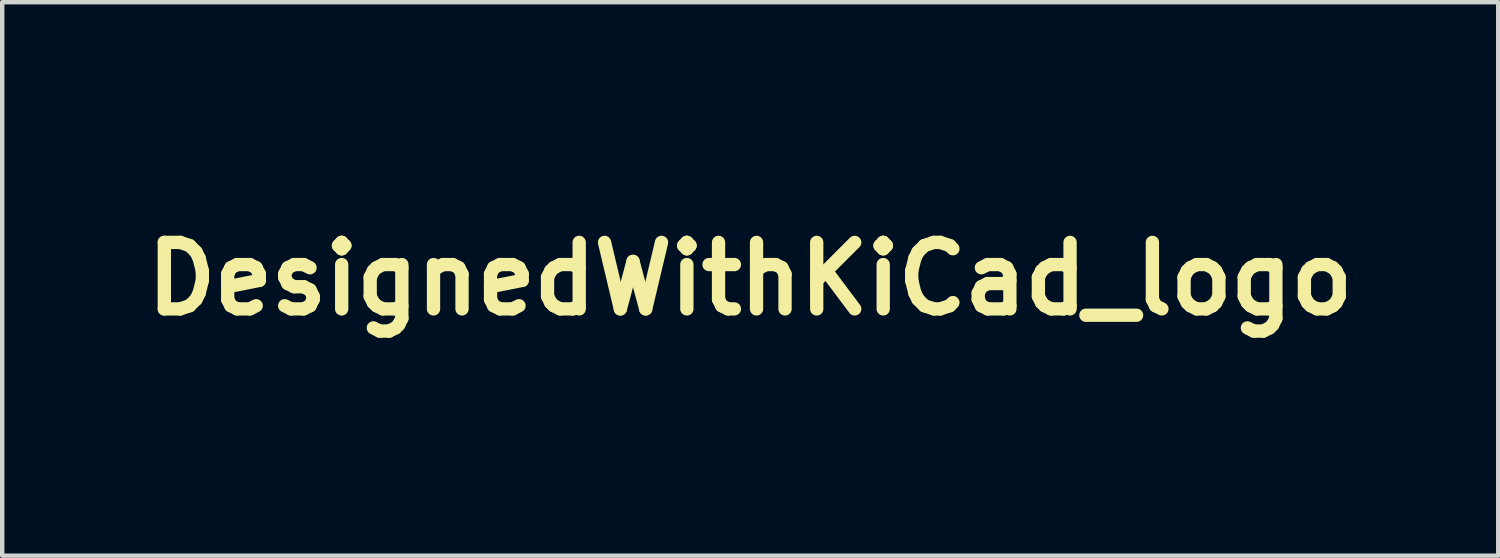
<source format=kicad_pcb>
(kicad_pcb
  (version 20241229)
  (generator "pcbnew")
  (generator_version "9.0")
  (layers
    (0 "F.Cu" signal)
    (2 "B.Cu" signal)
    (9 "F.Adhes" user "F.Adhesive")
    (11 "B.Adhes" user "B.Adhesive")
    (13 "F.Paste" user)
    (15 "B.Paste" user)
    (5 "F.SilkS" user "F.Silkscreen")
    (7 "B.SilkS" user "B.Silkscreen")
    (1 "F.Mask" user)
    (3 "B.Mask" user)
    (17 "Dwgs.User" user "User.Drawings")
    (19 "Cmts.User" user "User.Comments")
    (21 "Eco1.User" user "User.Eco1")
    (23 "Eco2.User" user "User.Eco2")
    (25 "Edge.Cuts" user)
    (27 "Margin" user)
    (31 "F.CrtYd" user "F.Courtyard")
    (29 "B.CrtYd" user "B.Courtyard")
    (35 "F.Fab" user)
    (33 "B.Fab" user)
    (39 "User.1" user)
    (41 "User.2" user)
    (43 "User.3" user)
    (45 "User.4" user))
  (footprint "DesignedWithKiCad_logo"
    (layer "F.Cu")
    (at 13.871 3.239)
    (property "Reference" "DesignedWithKiCad_logo" (at 0 0 0) (layer "F.SilkS") (effects (font (size 1.5 1.5) (thickness 0.3))))
    (attr board_only exclude_from_pos_files exclude_from_bom)
    (fp_poly (pts (xy -3.061 2.494) (xy -3.041 2.504) (xy -3.025 2.52) (xy -3.015 2.541) (xy -3.014 2.552) (xy -3.013 2.571) (xy -3.011 2.599) (xy -3.01 2.633) (xy -3.009 2.673) (xy -3.008 2.716) (xy -3.008 2.763) (xy -3.007 2.812) (xy -3.006 2.862) (xy -3.006 2.911) (xy -3.006 2.958) (xy -3.006 3.002) (xy -3.007 3.043) (xy -3.007 3.078) (xy -3.008 3.106) (xy -3.009 3.127) (xy -3.009 3.13) (xy -3.012 3.161) (xy -3.016 3.185) (xy -3.02 3.201) (xy -3.027 3.213) (xy -3.036 3.223) (xy -3.047 3.23) (xy -3.068 3.239) (xy -3.087 3.238) (xy -3.106 3.227) (xy -3.11 3.224) (xy -3.126 3.208) (xy -3.137 3.19) (xy -3.144 3.167) (xy -3.148 3.138) (xy -3.149 3.135) (xy -3.15 3.12) (xy -3.151 3.097) (xy -3.152 3.066) (xy -3.152 3.03) (xy -3.153 2.989) (xy -3.153 2.944) (xy -3.153 2.897) (xy -3.153 2.849) (xy -3.153 2.8) (xy -3.153 2.752) (xy -3.153 2.706) (xy -3.153 2.663) (xy -3.152 2.625) (xy -3.151 2.591) (xy -3.151 2.565) (xy -3.15 2.545) (xy -3.149 2.535) (xy -3.148 2.533) (xy -3.14 2.524) (xy -3.124 2.515) (xy -3.105 2.505) (xy -3.085 2.498) (xy -3.069 2.494)) (stroke (width 0) (type solid)) (fill yes) (layer "F.Mask"))
    (fp_poly (pts (xy 4.301 2.49) (xy 4.313 2.497) (xy 4.324 2.504) (xy 4.331 2.507) (xy 4.331 2.507) (xy 4.338 2.511) (xy 4.344 2.517) (xy 4.346 2.519) (xy 4.348 2.523) (xy 4.349 2.53) (xy 4.35 2.539) (xy 4.351 2.553) (xy 4.351 2.571) (xy 4.352 2.594) (xy 4.352 2.623) (xy 4.353 2.659) (xy 4.353 2.703) (xy 4.353 2.754) (xy 4.353 2.815) (xy 4.353 2.864) (xy 4.353 3.203) (xy 4.341 3.213) (xy 4.324 3.226) (xy 4.305 3.236) (xy 4.288 3.24) (xy 4.285 3.24) (xy 4.273 3.238) (xy 4.258 3.232) (xy 4.254 3.231) (xy 4.239 3.222) (xy 4.227 3.214) (xy 4.225 3.212) (xy 4.223 3.21) (xy 4.221 3.208) (xy 4.22 3.203) (xy 4.218 3.197) (xy 4.217 3.188) (xy 4.216 3.176) (xy 4.216 3.158) (xy 4.215 3.136) (xy 4.215 3.108) (xy 4.215 3.073) (xy 4.215 3.031) (xy 4.215 2.981) (xy 4.215 2.922) (xy 4.215 2.866) (xy 4.215 2.796) (xy 4.215 2.735) (xy 4.215 2.683) (xy 4.215 2.64) (xy 4.216 2.604) (xy 4.216 2.576) (xy 4.217 2.554) (xy 4.218 2.538) (xy 4.219 2.528) (xy 4.22 2.522) (xy 4.221 2.521) (xy 4.23 2.513) (xy 4.246 2.504) (xy 4.264 2.495) (xy 4.28 2.489) (xy 4.289 2.487)) (stroke (width 0) (type solid)) (fill yes) (layer "F.Mask"))
    (fp_poly (pts (xy 4.833 2.49) (xy 4.885 2.49) (xy 4.947 2.491) (xy 5.011 2.491) (xy 5.371 2.493) (xy 5.389 2.51) (xy 5.398 2.52) (xy 5.404 2.529) (xy 5.406 2.54) (xy 5.407 2.557) (xy 5.407 2.564) (xy 5.406 2.583) (xy 5.404 2.596) (xy 5.4 2.605) (xy 5.392 2.613) (xy 5.385 2.62) (xy 5.376 2.625) (xy 5.364 2.628) (xy 5.346 2.63) (xy 5.331 2.631) (xy 5.309 2.632) (xy 5.281 2.633) (xy 5.247 2.634) (xy 5.213 2.635) (xy 5.191 2.635) (xy 5.155 2.635) (xy 5.127 2.636) (xy 5.108 2.638) (xy 5.096 2.64) (xy 5.089 2.642) (xy 5.089 2.642) (xy 5.087 2.644) (xy 5.085 2.646) (xy 5.083 2.649) (xy 5.082 2.655) (xy 5.08 2.663) (xy 5.079 2.674) (xy 5.078 2.69) (xy 5.078 2.711) (xy 5.077 2.738) (xy 5.076 2.771) (xy 5.076 2.812) (xy 5.075 2.861) (xy 5.074 2.919) (xy 5.073 2.962) (xy 5.073 3.01) (xy 5.072 3.054) (xy 5.071 3.094) (xy 5.07 3.13) (xy 5.068 3.159) (xy 5.067 3.18) (xy 5.066 3.194) (xy 5.066 3.197) (xy 5.058 3.208) (xy 5.044 3.219) (xy 5.028 3.23) (xy 5.012 3.238) (xy 5.002 3.24) (xy 4.991 3.238) (xy 4.977 3.231) (xy 4.973 3.228) (xy 4.959 3.215) (xy 4.947 3.2) (xy 4.946 3.197) (xy 4.94 3.182) (xy 4.936 3.16) (xy 4.932 3.131) (xy 4.929 3.094) (xy 4.926 3.049) (xy 4.925 2.995) (xy 4.923 2.932) (xy 4.923 2.859) (xy 4.923 2.853) (xy 4.922 2.802) (xy 4.922 2.759) (xy 4.921 2.725) (xy 4.921 2.699) (xy 4.92 2.679) (xy 4.919 2.664) (xy 4.918 2.655) (xy 4.916 2.649) (xy 4.914 2.646) (xy 4.91 2.643) (xy 4.902 2.641) (xy 4.889 2.639) (xy 4.87 2.638) (xy 4.844 2.637) (xy 4.81 2.635) (xy 4.776 2.634) (xy 4.738 2.633) (xy 4.704 2.631) (xy 4.675 2.63) (xy 4.653 2.628) (xy 4.639 2.626) (xy 4.635 2.625) (xy 4.624 2.615) (xy 4.614 2.599) (xy 4.607 2.58) (xy 4.604 2.562) (xy 4.608 2.543) (xy 4.619 2.525) (xy 4.623 2.518) (xy 4.627 2.512) (xy 4.631 2.507) (xy 4.636 2.503) (xy 4.642 2.499) (xy 4.65 2.496) (xy 4.662 2.494) (xy 4.677 2.493) (xy 4.696 2.491) (xy 4.721 2.491) (xy 4.751 2.49) (xy 4.788 2.49)) (stroke (width 0) (type solid)) (fill yes) (layer "F.Mask"))
    (fp_poly (pts (xy 6.405 2.495) (xy 6.423 2.505) (xy 6.442 2.518) (xy 6.455 2.53) (xy 6.471 2.549) (xy 6.469 2.86) (xy 6.469 2.927) (xy 6.469 2.984) (xy 6.468 3.032) (xy 6.468 3.073) (xy 6.467 3.106) (xy 6.466 3.134) (xy 6.464 3.155) (xy 6.463 3.172) (xy 6.46 3.185) (xy 6.457 3.195) (xy 6.453 3.203) (xy 6.449 3.209) (xy 6.444 3.214) (xy 6.437 3.219) (xy 6.434 3.222) (xy 6.415 3.232) (xy 6.391 3.235) (xy 6.367 3.231) (xy 6.357 3.227) (xy 6.348 3.222) (xy 6.341 3.215) (xy 6.336 3.206) (xy 6.332 3.193) (xy 6.33 3.176) (xy 6.328 3.152) (xy 6.327 3.12) (xy 6.327 3.081) (xy 6.327 3.061) (xy 6.327 3.023) (xy 6.327 2.993) (xy 6.326 2.971) (xy 6.325 2.955) (xy 6.324 2.945) (xy 6.323 2.939) (xy 6.32 2.935) (xy 6.317 2.933) (xy 6.317 2.933) (xy 6.31 2.932) (xy 6.294 2.931) (xy 6.27 2.93) (xy 6.24 2.929) (xy 6.205 2.929) (xy 6.165 2.928) (xy 6.123 2.928) (xy 6.079 2.928) (xy 6.035 2.928) (xy 5.992 2.928) (xy 5.951 2.928) (xy 5.914 2.928) (xy 5.881 2.929) (xy 5.854 2.929) (xy 5.834 2.93) (xy 5.823 2.931) (xy 5.821 2.932) (xy 5.818 2.938) (xy 5.816 2.952) (xy 5.814 2.976) (xy 5.813 3.009) (xy 5.812 3.04) (xy 5.81 3.089) (xy 5.807 3.128) (xy 5.802 3.16) (xy 5.795 3.184) (xy 5.786 3.203) (xy 5.775 3.217) (xy 5.76 3.228) (xy 5.749 3.233) (xy 5.73 3.239) (xy 5.714 3.238) (xy 5.699 3.229) (xy 5.694 3.225) (xy 5.681 3.21) (xy 5.672 3.194) (xy 5.671 3.19) (xy 5.67 3.181) (xy 5.669 3.161) (xy 5.668 3.133) (xy 5.667 3.095) (xy 5.666 3.049) (xy 5.666 2.994) (xy 5.666 2.932) (xy 5.666 2.863) (xy 5.666 2.85) (xy 5.666 2.529) (xy 5.677 2.519) (xy 5.69 2.51) (xy 5.705 2.501) (xy 5.707 2.5) (xy 5.721 2.494) (xy 5.732 2.493) (xy 5.745 2.497) (xy 5.767 2.506) (xy 5.782 2.519) (xy 5.793 2.54) (xy 5.794 2.542) (xy 5.797 2.551) (xy 5.8 2.561) (xy 5.803 2.574) (xy 5.805 2.591) (xy 5.806 2.614) (xy 5.808 2.644) (xy 5.81 2.682) (xy 5.812 2.712) (xy 5.813 2.735) (xy 5.814 2.755) (xy 5.816 2.769) (xy 5.817 2.774) (xy 5.823 2.775) (xy 5.838 2.776) (xy 5.861 2.777) (xy 5.892 2.778) (xy 5.93 2.778) (xy 5.973 2.779) (xy 6.021 2.779) (xy 6.071 2.779) (xy 6.322 2.779) (xy 6.324 2.767) (xy 6.325 2.759) (xy 6.326 2.742) (xy 6.327 2.718) (xy 6.328 2.689) (xy 6.329 2.657) (xy 6.329 2.65) (xy 6.33 2.611) (xy 6.332 2.581) (xy 6.333 2.559) (xy 6.335 2.544) (xy 6.338 2.533) (xy 6.34 2.528) (xy 6.351 2.513) (xy 6.366 2.501) (xy 6.382 2.493) (xy 6.39 2.492)) (stroke (width 0) (type solid)) (fill yes) (layer "F.Mask"))
    (fp_poly (pts (xy -6.318 2.487) (xy -6.229 2.489) (xy -6.148 2.493) (xy -6.077 2.5) (xy -6.015 2.51) (xy -5.962 2.522) (xy -5.935 2.53) (xy -5.875 2.555) (xy -5.823 2.586) (xy -5.779 2.623) (xy -5.743 2.665) (xy -5.714 2.715) (xy -5.695 2.764) (xy -5.682 2.805) (xy -5.675 2.84) (xy -5.674 2.872) (xy -5.678 2.903) (xy -5.678 2.908) (xy -5.696 2.971) (xy -5.722 3.028) (xy -5.756 3.078) (xy -5.797 3.122) (xy -5.845 3.159) (xy -5.883 3.18) (xy -5.924 3.199) (xy -5.964 3.212) (xy -6.007 3.222) (xy -6.056 3.228) (xy -6.071 3.23) (xy -6.099 3.232) (xy -6.133 3.234) (xy -6.17 3.235) (xy -6.211 3.236) (xy -6.251 3.237) (xy -6.292 3.238) (xy -6.329 3.238) (xy -6.363 3.238) (xy -6.392 3.237) (xy -6.414 3.236) (xy -6.427 3.235) (xy -6.428 3.235) (xy -6.444 3.228) (xy -6.457 3.219) (xy -6.459 3.217) (xy -6.464 3.209) (xy -6.468 3.196) (xy -6.472 3.179) (xy -6.475 3.157) (xy -6.477 3.128) (xy -6.479 3.093) (xy -6.481 3.05) (xy -6.482 2.999) (xy -6.483 2.94) (xy -6.483 2.871) (xy -6.483 2.843) (xy -6.483 2.789) (xy -6.337 2.789) (xy -6.337 2.839) (xy -6.337 2.86) (xy -6.337 2.92) (xy -6.337 2.97) (xy -6.336 3.01) (xy -6.335 3.041) (xy -6.334 3.062) (xy -6.332 3.075) (xy -6.332 3.077) (xy -6.329 3.081) (xy -6.326 3.083) (xy -6.321 3.085) (xy -6.312 3.086) (xy -6.299 3.086) (xy -6.28 3.087) (xy -6.253 3.086) (xy -6.218 3.086) (xy -6.197 3.085) (xy -6.155 3.084) (xy -6.121 3.083) (xy -6.094 3.082) (xy -6.073 3.08) (xy -6.056 3.078) (xy -6.041 3.075) (xy -6.03 3.072) (xy -5.978 3.055) (xy -5.935 3.034) (xy -5.899 3.008) (xy -5.87 2.976) (xy -5.845 2.937) (xy -5.839 2.925) (xy -5.827 2.892) (xy -5.824 2.861) (xy -5.83 2.829) (xy -5.842 2.801) (xy -5.856 2.775) (xy -5.87 2.755) (xy -5.887 2.738) (xy -5.907 2.721) (xy -5.95 2.692) (xy -5.998 2.67) (xy -6.05 2.656) (xy -6.084 2.651) (xy -6.125 2.646) (xy -6.168 2.642) (xy -6.21 2.639) (xy -6.248 2.637) (xy -6.28 2.636) (xy -6.28 2.636) (xy -6.294 2.635) (xy -6.305 2.635) (xy -6.314 2.636) (xy -6.322 2.639) (xy -6.327 2.645) (xy -6.331 2.654) (xy -6.334 2.668) (xy -6.336 2.688) (xy -6.337 2.714) (xy -6.337 2.747) (xy -6.337 2.789) (xy -6.483 2.789) (xy -6.483 2.785) (xy -6.483 2.737) (xy -6.483 2.697) (xy -6.482 2.665) (xy -6.482 2.639) (xy -6.481 2.618) (xy -6.48 2.601) (xy -6.479 2.588) (xy -6.477 2.578) (xy -6.475 2.569) (xy -6.474 2.564) (xy -6.466 2.538) (xy -6.458 2.521) (xy -6.448 2.509) (xy -6.434 2.499) (xy -6.43 2.497) (xy -6.421 2.493) (xy -6.412 2.491) (xy -6.401 2.489) (xy -6.385 2.488) (xy -6.363 2.487) (xy -6.333 2.487)) (stroke (width 0) (type solid)) (fill yes) (layer "F.Mask"))
    (fp_poly (pts (xy -1.358 2.488) (xy -1.35 2.493) (xy -1.335 2.503) (xy -1.314 2.519) (xy -1.288 2.539) (xy -1.259 2.563) (xy -1.227 2.59) (xy -1.193 2.618) (xy -1.159 2.648) (xy -1.125 2.677) (xy -1.092 2.707) (xy -1.064 2.732) (xy -1.052 2.743) (xy -1.034 2.76) (xy -1.011 2.781) (xy -0.984 2.805) (xy -0.955 2.831) (xy -0.925 2.857) (xy -0.896 2.884) (xy -0.868 2.908) (xy -0.843 2.93) (xy -0.823 2.948) (xy -0.821 2.95) (xy -0.808 2.961) (xy -0.8 2.965) (xy -0.794 2.964) (xy -0.792 2.963) (xy -0.79 2.958) (xy -0.788 2.947) (xy -0.786 2.929) (xy -0.785 2.903) (xy -0.783 2.87) (xy -0.781 2.827) (xy -0.78 2.779) (xy -0.778 2.722) (xy -0.776 2.675) (xy -0.774 2.636) (xy -0.772 2.605) (xy -0.77 2.58) (xy -0.768 2.561) (xy -0.765 2.546) (xy -0.762 2.536) (xy -0.758 2.528) (xy -0.754 2.522) (xy -0.749 2.517) (xy -0.733 2.506) (xy -0.715 2.498) (xy -0.714 2.497) (xy -0.702 2.494) (xy -0.691 2.494) (xy -0.678 2.498) (xy -0.666 2.503) (xy -0.65 2.511) (xy -0.638 2.519) (xy -0.632 2.523) (xy -0.631 2.53) (xy -0.629 2.545) (xy -0.627 2.57) (xy -0.626 2.605) (xy -0.624 2.649) (xy -0.623 2.702) (xy -0.622 2.728) (xy -0.62 2.817) (xy -0.619 2.897) (xy -0.619 2.966) (xy -0.619 3.026) (xy -0.619 3.075) (xy -0.621 3.114) (xy -0.623 3.144) (xy -0.625 3.164) (xy -0.625 3.165) (xy -0.636 3.195) (xy -0.654 3.22) (xy -0.677 3.238) (xy -0.677 3.238) (xy -0.686 3.243) (xy -0.692 3.244) (xy -0.699 3.243) (xy -0.71 3.237) (xy -0.715 3.234) (xy -0.727 3.227) (xy -0.744 3.215) (xy -0.766 3.197) (xy -0.794 3.175) (xy -0.827 3.146) (xy -0.867 3.112) (xy -0.913 3.072) (xy -0.965 3.026) (xy -1.024 2.974) (xy -1.09 2.914) (xy -1.164 2.849) (xy -1.192 2.823) (xy -1.211 2.807) (xy -1.228 2.792) (xy -1.241 2.781) (xy -1.247 2.777) (xy -1.255 2.772) (xy -1.262 2.769) (xy -1.266 2.77) (xy -1.27 2.775) (xy -1.273 2.785) (xy -1.275 2.802) (xy -1.276 2.826) (xy -1.277 2.858) (xy -1.278 2.899) (xy -1.279 2.908) (xy -1.28 2.95) (xy -1.281 2.993) (xy -1.283 3.034) (xy -1.285 3.073) (xy -1.287 3.105) (xy -1.288 3.119) (xy -1.291 3.153) (xy -1.294 3.178) (xy -1.299 3.197) (xy -1.305 3.21) (xy -1.314 3.219) (xy -1.327 3.227) (xy -1.338 3.232) (xy -1.358 3.239) (xy -1.375 3.237) (xy -1.394 3.226) (xy -1.402 3.22) (xy -1.411 3.211) (xy -1.419 3.202) (xy -1.425 3.192) (xy -1.429 3.18) (xy -1.433 3.164) (xy -1.435 3.143) (xy -1.437 3.116) (xy -1.439 3.082) (xy -1.44 3.04) (xy -1.44 3.007) (xy -1.441 2.958) (xy -1.442 2.904) (xy -1.442 2.847) (xy -1.442 2.791) (xy -1.441 2.74) (xy -1.441 2.71) (xy -1.438 2.566) (xy -1.423 2.536) (xy -1.408 2.512) (xy -1.39 2.496) (xy -1.372 2.488)) (stroke (width 0) (type solid)) (fill yes) (layer "F.Mask"))
    (fp_poly (pts (xy 1.032 2.487) (xy 1.069 2.488) (xy 1.104 2.49) (xy 1.133 2.491) (xy 1.143 2.492) (xy 1.18 2.496) (xy 1.219 2.5) (xy 1.257 2.506) (xy 1.294 2.512) (xy 1.327 2.518) (xy 1.356 2.524) (xy 1.379 2.53) (xy 1.393 2.536) (xy 1.397 2.538) (xy 1.406 2.542) (xy 1.415 2.546) (xy 1.433 2.553) (xy 1.455 2.565) (xy 1.479 2.58) (xy 1.503 2.597) (xy 1.523 2.613) (xy 1.527 2.617) (xy 1.548 2.64) (xy 1.571 2.67) (xy 1.594 2.704) (xy 1.613 2.738) (xy 1.627 2.766) (xy 1.641 2.811) (xy 1.646 2.859) (xy 1.642 2.906) (xy 1.636 2.933) (xy 1.614 2.993) (xy 1.584 3.047) (xy 1.547 3.094) (xy 1.504 3.133) (xy 1.48 3.15) (xy 1.427 3.181) (xy 1.376 3.204) (xy 1.328 3.219) (xy 1.279 3.227) (xy 1.277 3.227) (xy 1.23 3.231) (xy 1.182 3.234) (xy 1.133 3.236) (xy 1.085 3.238) (xy 1.039 3.239) (xy 0.997 3.24) (xy 0.959 3.24) (xy 0.927 3.239) (xy 0.901 3.238) (xy 0.884 3.236) (xy 0.878 3.234) (xy 0.868 3.226) (xy 0.857 3.213) (xy 0.855 3.21) (xy 0.85 3.201) (xy 0.846 3.189) (xy 0.843 3.174) (xy 0.84 3.155) (xy 0.837 3.132) (xy 0.835 3.103) (xy 0.834 3.068) (xy 0.832 3.026) (xy 0.832 2.976) (xy 0.831 2.918) (xy 0.831 2.861) (xy 0.99 2.861) (xy 0.99 2.916) (xy 0.99 2.962) (xy 0.99 2.999) (xy 0.991 3.029) (xy 0.992 3.051) (xy 0.993 3.066) (xy 0.994 3.076) (xy 0.996 3.081) (xy 0.996 3.081) (xy 1 3.083) (xy 1.009 3.085) (xy 1.023 3.086) (xy 1.044 3.086) (xy 1.072 3.086) (xy 1.109 3.085) (xy 1.123 3.085) (xy 1.162 3.084) (xy 1.194 3.083) (xy 1.218 3.082) (xy 1.237 3.08) (xy 1.254 3.078) (xy 1.269 3.075) (xy 1.284 3.071) (xy 1.289 3.069) (xy 1.329 3.057) (xy 1.362 3.044) (xy 1.388 3.03) (xy 1.412 3.013) (xy 1.424 3.003) (xy 1.452 2.971) (xy 1.474 2.936) (xy 1.487 2.9) (xy 1.491 2.876) (xy 1.491 2.857) (xy 1.488 2.838) (xy 1.482 2.816) (xy 1.479 2.809) (xy 1.471 2.789) (xy 1.461 2.772) (xy 1.449 2.756) (xy 1.431 2.737) (xy 1.428 2.735) (xy 1.408 2.716) (xy 1.391 2.703) (xy 1.374 2.694) (xy 1.356 2.686) (xy 1.331 2.677) (xy 1.309 2.669) (xy 1.289 2.663) (xy 1.27 2.658) (xy 1.249 2.654) (xy 1.226 2.651) (xy 1.198 2.648) (xy 1.164 2.645) (xy 1.122 2.642) (xy 1.091 2.64) (xy 1.057 2.638) (xy 1.032 2.637) (xy 1.015 2.637) (xy 1.004 2.638) (xy 0.998 2.64) (xy 0.997 2.641) (xy 0.995 2.644) (xy 0.994 2.649) (xy 0.992 2.659) (xy 0.991 2.673) (xy 0.991 2.693) (xy 0.99 2.719) (xy 0.99 2.752) (xy 0.99 2.794) (xy 0.99 2.845) (xy 0.99 2.861) (xy 0.831 2.861) (xy 0.831 2.851) (xy 0.831 2.816) (xy 0.831 2.548) (xy 0.85 2.527) (xy 0.863 2.513) (xy 0.875 2.503) (xy 0.889 2.496) (xy 0.907 2.491) (xy 0.929 2.489) (xy 0.957 2.487) (xy 0.994 2.487) (xy 0.997 2.487)) (stroke (width 0) (type solid)) (fill yes) (layer "F.Mask"))
    (fp_poly (pts (xy -2.063 2.492) (xy -2.028 2.494) (xy -2 2.498) (xy -1.994 2.499) (xy -1.976 2.503) (xy -1.96 2.506) (xy -1.952 2.507) (xy -1.939 2.51) (xy -1.921 2.517) (xy -1.902 2.526) (xy -1.884 2.536) (xy -1.872 2.545) (xy -1.858 2.561) (xy -1.849 2.579) (xy -1.846 2.594) (xy -1.848 2.604) (xy -1.854 2.619) (xy -1.857 2.625) (xy -1.869 2.642) (xy -1.886 2.652) (xy -1.889 2.654) (xy -1.899 2.657) (xy -1.908 2.659) (xy -1.919 2.659) (xy -1.935 2.658) (xy -1.956 2.656) (xy -1.982 2.652) (xy -2.049 2.646) (xy -2.115 2.643) (xy -2.178 2.645) (xy -2.237 2.651) (xy -2.288 2.66) (xy -2.301 2.664) (xy -2.332 2.675) (xy -2.365 2.689) (xy -2.396 2.705) (xy -2.423 2.723) (xy -2.443 2.739) (xy -2.448 2.744) (xy -2.475 2.78) (xy -2.492 2.818) (xy -2.499 2.856) (xy -2.497 2.895) (xy -2.484 2.932) (xy -2.463 2.967) (xy -2.433 2.999) (xy -2.395 3.028) (xy -2.35 3.052) (xy -2.299 3.071) (xy -2.297 3.072) (xy -2.284 3.076) (xy -2.271 3.078) (xy -2.258 3.081) (xy -2.241 3.082) (xy -2.22 3.083) (xy -2.194 3.083) (xy -2.159 3.084) (xy -2.138 3.084) (xy -2.092 3.084) (xy -2.056 3.083) (xy -2.027 3.081) (xy -2.004 3.078) (xy -1.986 3.074) (xy -1.972 3.069) (xy -1.961 3.061) (xy -1.954 3.055) (xy -1.947 3.044) (xy -1.943 3.028) (xy -1.943 3.011) (xy -1.947 2.999) (xy -1.95 2.995) (xy -1.957 2.993) (xy -1.972 2.99) (xy -1.993 2.987) (xy -2.015 2.984) (xy -2.041 2.981) (xy -2.067 2.977) (xy -2.088 2.973) (xy -2.098 2.971) (xy -2.122 2.958) (xy -2.139 2.941) (xy -2.147 2.921) (xy -2.148 2.899) (xy -2.141 2.878) (xy -2.126 2.859) (xy -2.103 2.845) (xy -2.094 2.841) (xy -2.084 2.838) (xy -2.072 2.836) (xy -2.056 2.834) (xy -2.034 2.833) (xy -2.006 2.832) (xy -1.968 2.831) (xy -1.968 2.831) (xy -1.931 2.831) (xy -1.903 2.83) (xy -1.883 2.83) (xy -1.868 2.831) (xy -1.858 2.832) (xy -1.85 2.834) (xy -1.844 2.837) (xy -1.838 2.84) (xy -1.827 2.848) (xy -1.818 2.856) (xy -1.812 2.866) (xy -1.807 2.88) (xy -1.803 2.897) (xy -1.801 2.921) (xy -1.8 2.952) (xy -1.799 2.991) (xy -1.799 3.008) (xy -1.799 3.046) (xy -1.799 3.075) (xy -1.799 3.097) (xy -1.8 3.113) (xy -1.801 3.124) (xy -1.803 3.132) (xy -1.806 3.139) (xy -1.809 3.144) (xy -1.828 3.166) (xy -1.857 3.186) (xy -1.895 3.203) (xy -1.925 3.213) (xy -1.961 3.222) (xy -2.004 3.228) (xy -2.052 3.233) (xy -2.104 3.236) (xy -2.155 3.237) (xy -2.204 3.235) (xy -2.215 3.235) (xy -2.269 3.23) (xy -2.315 3.222) (xy -2.358 3.211) (xy -2.4 3.196) (xy -2.434 3.181) (xy -2.488 3.15) (xy -2.537 3.11) (xy -2.579 3.063) (xy -2.614 3.008) (xy -2.643 2.945) (xy -2.651 2.922) (xy -2.658 2.89) (xy -2.659 2.857) (xy -2.654 2.821) (xy -2.641 2.781) (xy -2.621 2.736) (xy -2.613 2.719) (xy -2.58 2.667) (xy -2.54 2.622) (xy -2.493 2.584) (xy -2.44 2.554) (xy -2.429 2.548) (xy -2.408 2.54) (xy -2.39 2.533) (xy -2.378 2.529) (xy -2.374 2.528) (xy -2.366 2.526) (xy -2.352 2.522) (xy -2.344 2.52) (xy -2.315 2.512) (xy -2.278 2.506) (xy -2.237 2.5) (xy -2.193 2.496) (xy -2.147 2.493) (xy -2.104 2.492)) (stroke (width 0) (type solid)) (fill yes) (layer "F.Mask"))
    (fp_poly (pts (xy -3.879 2.488) (xy -3.843 2.489) (xy -3.808 2.49) (xy -3.775 2.491) (xy -3.747 2.492) (xy -3.724 2.494) (xy -3.709 2.496) (xy -3.704 2.497) (xy -3.693 2.5) (xy -3.676 2.503) (xy -3.654 2.506) (xy -3.649 2.507) (xy -3.612 2.514) (xy -3.578 2.523) (xy -3.55 2.536) (xy -3.538 2.543) (xy -3.527 2.554) (xy -3.517 2.569) (xy -3.515 2.573) (xy -3.51 2.585) (xy -3.509 2.594) (xy -3.512 2.603) (xy -3.519 2.617) (xy -3.519 2.618) (xy -3.533 2.638) (xy -3.55 2.654) (xy -3.567 2.664) (xy -3.577 2.666) (xy -3.59 2.664) (xy -3.602 2.661) (xy -3.619 2.657) (xy -3.644 2.654) (xy -3.676 2.651) (xy -3.713 2.649) (xy -3.755 2.647) (xy -3.799 2.645) (xy -3.844 2.644) (xy -3.888 2.644) (xy -3.929 2.644) (xy -3.967 2.645) (xy -3.999 2.647) (xy -4.02 2.649) (xy -4.057 2.656) (xy -4.09 2.665) (xy -4.116 2.676) (xy -4.135 2.688) (xy -4.139 2.693) (xy -4.146 2.703) (xy -4.146 2.71) (xy -4.141 2.72) (xy -4.127 2.733) (xy -4.104 2.745) (xy -4.074 2.755) (xy -4.048 2.761) (xy -4.022 2.766) (xy -3.994 2.772) (xy -3.976 2.776) (xy -3.909 2.789) (xy -3.847 2.8) (xy -3.807 2.807) (xy -3.753 2.817) (xy -3.708 2.827) (xy -3.671 2.838) (xy -3.638 2.851) (xy -3.61 2.865) (xy -3.602 2.87) (xy -3.576 2.89) (xy -3.552 2.914) (xy -3.532 2.94) (xy -3.518 2.966) (xy -3.518 2.966) (xy -3.508 3.004) (xy -3.508 3.039) (xy -3.517 3.073) (xy -3.537 3.107) (xy -3.566 3.14) (xy -3.594 3.164) (xy -3.624 3.185) (xy -3.653 3.201) (xy -3.684 3.213) (xy -3.721 3.223) (xy -3.751 3.228) (xy -3.773 3.231) (xy -3.804 3.233) (xy -3.841 3.235) (xy -3.882 3.237) (xy -3.925 3.238) (xy -3.968 3.238) (xy -4.01 3.238) (xy -4.047 3.237) (xy -4.078 3.236) (xy -4.081 3.235) (xy -4.141 3.23) (xy -4.191 3.223) (xy -4.231 3.214) (xy -4.262 3.204) (xy -4.285 3.191) (xy -4.293 3.185) (xy -4.301 3.176) (xy -4.305 3.165) (xy -4.307 3.15) (xy -4.307 3.143) (xy -4.305 3.117) (xy -4.298 3.099) (xy -4.285 3.086) (xy -4.276 3.08) (xy -4.266 3.077) (xy -4.256 3.074) (xy -4.242 3.074) (xy -4.223 3.075) (xy -4.204 3.077) (xy -4.187 3.078) (xy -4.16 3.079) (xy -4.127 3.08) (xy -4.088 3.081) (xy -4.045 3.082) (xy -3.999 3.082) (xy -3.958 3.082) (xy -3.766 3.083) (xy -3.732 3.066) (xy -3.705 3.051) (xy -3.687 3.037) (xy -3.679 3.024) (xy -3.68 3.012) (xy -3.691 3) (xy -3.712 2.989) (xy -3.743 2.978) (xy -3.784 2.967) (xy -3.835 2.957) (xy -3.848 2.955) (xy -3.873 2.951) (xy -3.898 2.946) (xy -3.918 2.941) (xy -3.922 2.94) (xy -3.944 2.935) (xy -3.967 2.931) (xy -3.976 2.93) (xy -4.001 2.926) (xy -4.031 2.921) (xy -4.063 2.914) (xy -4.095 2.907) (xy -4.124 2.901) (xy -4.147 2.894) (xy -4.157 2.891) (xy -4.176 2.883) (xy -4.192 2.875) (xy -4.207 2.866) (xy -4.224 2.853) (xy -4.245 2.836) (xy -4.262 2.822) (xy -4.284 2.801) (xy -4.3 2.784) (xy -4.309 2.769) (xy -4.314 2.752) (xy -4.315 2.732) (xy -4.312 2.705) (xy -4.312 2.703) (xy -4.304 2.66) (xy -4.29 2.624) (xy -4.271 2.597) (xy -4.269 2.595) (xy -4.236 2.566) (xy -4.198 2.542) (xy -4.154 2.522) (xy -4.103 2.507) (xy -4.043 2.497) (xy -3.997 2.491) (xy -3.975 2.49) (xy -3.947 2.489) (xy -3.915 2.488)) (stroke (width 0) (type solid)) (fill yes) (layer "F.Mask"))
    (fp_poly (pts (xy -0.064 2.486) (xy -0.023 2.486) (xy 0.027 2.487) (xy 0.087 2.487) (xy 0.108 2.488) (xy 0.17 2.489) (xy 0.223 2.489) (xy 0.268 2.49) (xy 0.304 2.491) (xy 0.334 2.492) (xy 0.358 2.492) (xy 0.378 2.493) (xy 0.392 2.494) (xy 0.404 2.495) (xy 0.413 2.496) (xy 0.421 2.498) (xy 0.427 2.5) (xy 0.434 2.502) (xy 0.435 2.502) (xy 0.453 2.51) (xy 0.465 2.522) (xy 0.472 2.539) (xy 0.474 2.555) (xy 0.475 2.58) (xy 0.469 2.6) (xy 0.454 2.614) (xy 0.444 2.619) (xy 0.438 2.622) (xy 0.432 2.624) (xy 0.423 2.626) (xy 0.411 2.627) (xy 0.395 2.629) (xy 0.374 2.63) (xy 0.347 2.631) (xy 0.314 2.633) (xy 0.272 2.634) (xy 0.222 2.636) (xy 0.19 2.637) (xy 0.142 2.639) (xy 0.096 2.64) (xy 0.055 2.642) (xy 0.019 2.643) (xy -0.011 2.645) (xy -0.034 2.646) (xy -0.048 2.647) (xy -0.053 2.648) (xy -0.058 2.651) (xy -0.062 2.657) (xy -0.064 2.667) (xy -0.066 2.683) (xy -0.068 2.707) (xy -0.068 2.719) (xy -0.069 2.742) (xy -0.068 2.758) (xy -0.066 2.767) (xy -0.063 2.771) (xy -0.058 2.775) (xy -0.048 2.777) (xy -0.032 2.778) (xy -0.009 2.779) (xy 0.017 2.779) (xy 0.071 2.779) (xy 0.121 2.78) (xy 0.166 2.782) (xy 0.205 2.783) (xy 0.237 2.786) (xy 0.261 2.788) (xy 0.277 2.791) (xy 0.281 2.793) (xy 0.294 2.804) (xy 0.306 2.822) (xy 0.315 2.84) (xy 0.316 2.844) (xy 0.315 2.858) (xy 0.309 2.875) (xy 0.3 2.892) (xy 0.289 2.905) (xy 0.283 2.909) (xy 0.267 2.915) (xy 0.245 2.919) (xy 0.215 2.923) (xy 0.177 2.926) (xy 0.13 2.928) (xy 0.074 2.929) (xy 0.065 2.929) (xy 0.029 2.93) (xy -0.003 2.931) (xy -0.03 2.932) (xy -0.051 2.934) (xy -0.063 2.935) (xy -0.067 2.936) (xy -0.07 2.944) (xy -0.072 2.959) (xy -0.073 2.979) (xy -0.073 3.003) (xy -0.074 3.027) (xy -0.073 3.049) (xy -0.072 3.066) (xy -0.07 3.077) (xy -0.069 3.079) (xy -0.063 3.081) (xy -0.05 3.083) (xy -0.029 3.084) (xy 0.001 3.086) (xy 0.039 3.087) (xy 0.087 3.088) (xy 0.101 3.089) (xy 0.171 3.09) (xy 0.231 3.092) (xy 0.282 3.094) (xy 0.326 3.095) (xy 0.361 3.097) (xy 0.39 3.099) (xy 0.412 3.101) (xy 0.428 3.103) (xy 0.44 3.105) (xy 0.447 3.108) (xy 0.448 3.109) (xy 0.461 3.123) (xy 0.469 3.144) (xy 0.471 3.17) (xy 0.47 3.18) (xy 0.469 3.192) (xy 0.467 3.201) (xy 0.464 3.21) (xy 0.459 3.216) (xy 0.451 3.222) (xy 0.44 3.226) (xy 0.424 3.229) (xy 0.403 3.232) (xy 0.376 3.234) (xy 0.342 3.235) (xy 0.3 3.236) (xy 0.251 3.236) (xy 0.191 3.237) (xy 0.174 3.237) (xy 0.122 3.238) (xy 0.072 3.238) (xy 0.025 3.238) (xy -0.018 3.238) (xy -0.056 3.238) (xy -0.087 3.237) (xy -0.111 3.237) (xy -0.124 3.236) (xy -0.148 3.234) (xy -0.163 3.232) (xy -0.174 3.229) (xy -0.182 3.224) (xy -0.189 3.218) (xy -0.203 3.198) (xy -0.207 3.182) (xy -0.207 3.173) (xy -0.208 3.155) (xy -0.209 3.129) (xy -0.209 3.095) (xy -0.21 3.055) (xy -0.21 3.009) (xy -0.211 2.959) (xy -0.211 2.905) (xy -0.211 2.853) (xy -0.212 2.546) (xy -0.198 2.521) (xy -0.188 2.506) (xy -0.177 2.494) (xy -0.172 2.49) (xy -0.168 2.489) (xy -0.159 2.487) (xy -0.144 2.487) (xy -0.124 2.486) (xy -0.098 2.486)) (stroke (width 0) (type solid)) (fill yes) (layer "F.Mask"))
    (fp_poly (pts (xy -4.91 2.488) (xy -4.879 2.488) (xy -4.826 2.488) (xy -4.782 2.489) (xy -4.746 2.49) (xy -4.718 2.491) (xy -4.695 2.493) (xy -4.678 2.496) (xy -4.665 2.499) (xy -4.654 2.504) (xy -4.645 2.51) (xy -4.637 2.517) (xy -4.629 2.526) (xy -4.629 2.526) (xy -4.62 2.539) (xy -4.615 2.55) (xy -4.615 2.564) (xy -4.616 2.57) (xy -4.619 2.59) (xy -4.628 2.604) (xy -4.634 2.611) (xy -4.65 2.627) (xy -4.741 2.631) (xy -4.771 2.632) (xy -4.809 2.634) (xy -4.853 2.635) (xy -4.899 2.637) (xy -4.945 2.638) (xy -4.985 2.64) (xy -5.032 2.641) (xy -5.069 2.643) (xy -5.099 2.644) (xy -5.121 2.646) (xy -5.138 2.649) (xy -5.149 2.653) (xy -5.157 2.658) (xy -5.161 2.664) (xy -5.164 2.671) (xy -5.165 2.68) (xy -5.168 2.703) (xy -5.169 2.727) (xy -5.169 2.748) (xy -5.168 2.764) (xy -5.165 2.773) (xy -5.164 2.773) (xy -5.157 2.774) (xy -5.142 2.776) (xy -5.119 2.777) (xy -5.089 2.778) (xy -5.055 2.779) (xy -5.016 2.781) (xy -5 2.781) (xy -4.948 2.782) (xy -4.905 2.784) (xy -4.871 2.786) (xy -4.844 2.789) (xy -4.823 2.793) (xy -4.809 2.799) (xy -4.799 2.806) (xy -4.793 2.815) (xy -4.79 2.826) (xy -4.789 2.84) (xy -4.789 2.845) (xy -4.792 2.872) (xy -4.802 2.894) (xy -4.817 2.907) (xy -4.821 2.909) (xy -4.838 2.915) (xy -4.861 2.919) (xy -4.891 2.923) (xy -4.929 2.926) (xy -4.975 2.928) (xy -5.03 2.929) (xy -5.037 2.929) (xy -5.076 2.93) (xy -5.11 2.931) (xy -5.136 2.933) (xy -5.154 2.935) (xy -5.163 2.936) (xy -5.164 2.937) (xy -5.166 2.944) (xy -5.168 2.958) (xy -5.169 2.979) (xy -5.17 3.002) (xy -5.17 3.025) (xy -5.17 3.047) (xy -5.169 3.065) (xy -5.168 3.076) (xy -5.167 3.077) (xy -5.165 3.079) (xy -5.161 3.081) (xy -5.153 3.082) (xy -5.14 3.084) (xy -5.122 3.085) (xy -5.097 3.086) (xy -5.065 3.087) (xy -5.024 3.088) (xy -4.988 3.088) (xy -4.91 3.09) (xy -4.842 3.092) (xy -4.784 3.095) (xy -4.737 3.097) (xy -4.699 3.1) (xy -4.671 3.104) (xy -4.655 3.107) (xy -4.634 3.118) (xy -4.622 3.135) (xy -4.616 3.158) (xy -4.617 3.174) (xy -4.623 3.198) (xy -4.635 3.215) (xy -4.653 3.227) (xy -4.672 3.233) (xy -4.681 3.235) (xy -4.692 3.236) (xy -4.707 3.237) (xy -4.726 3.238) (xy -4.75 3.239) (xy -4.781 3.239) (xy -4.818 3.24) (xy -4.864 3.24) (xy -4.919 3.24) (xy -4.944 3.24) (xy -4.995 3.239) (xy -5.044 3.239) (xy -5.09 3.239) (xy -5.131 3.238) (xy -5.168 3.237) (xy -5.197 3.237) (xy -5.219 3.236) (xy -5.23 3.235) (xy -5.251 3.233) (xy -5.27 3.23) (xy -5.282 3.227) (xy -5.284 3.226) (xy -5.293 3.218) (xy -5.301 3.204) (xy -5.305 3.196) (xy -5.307 3.19) (xy -5.309 3.183) (xy -5.31 3.175) (xy -5.311 3.165) (xy -5.312 3.151) (xy -5.313 3.133) (xy -5.313 3.11) (xy -5.314 3.081) (xy -5.314 3.045) (xy -5.314 3.002) (xy -5.314 2.951) (xy -5.314 2.891) (xy -5.314 2.864) (xy -5.314 2.8) (xy -5.314 2.745) (xy -5.314 2.699) (xy -5.314 2.661) (xy -5.314 2.63) (xy -5.313 2.605) (xy -5.313 2.586) (xy -5.312 2.571) (xy -5.311 2.56) (xy -5.309 2.551) (xy -5.308 2.545) (xy -5.306 2.54) (xy -5.304 2.536) (xy -5.297 2.523) (xy -5.29 2.513) (xy -5.281 2.506) (xy -5.269 2.5) (xy -5.252 2.497) (xy -5.229 2.494) (xy -5.198 2.492) (xy -5.167 2.491) (xy -5.138 2.49) (xy -5.1 2.489) (xy -5.057 2.488) (xy -5.009 2.488) (xy -4.959 2.488)) (stroke (width 0) (type solid)) (fill yes) (layer "F.Mask"))
    (fp_poly (pts (xy 3.857 2.491) (xy 3.873 2.5) (xy 3.888 2.514) (xy 3.901 2.528) (xy 3.905 2.537) (xy 3.91 2.562) (xy 3.908 2.591) (xy 3.897 2.621) (xy 3.897 2.622) (xy 3.891 2.636) (xy 3.882 2.656) (xy 3.872 2.679) (xy 3.866 2.694) (xy 3.854 2.722) (xy 3.841 2.751) (xy 3.829 2.778) (xy 3.824 2.788) (xy 3.815 2.807) (xy 3.809 2.822) (xy 3.805 2.832) (xy 3.804 2.833) (xy 3.802 2.839) (xy 3.796 2.851) (xy 3.788 2.87) (xy 3.777 2.892) (xy 3.774 2.898) (xy 3.762 2.925) (xy 3.749 2.951) (xy 3.738 2.974) (xy 3.73 2.991) (xy 3.73 2.992) (xy 3.718 3.017) (xy 3.704 3.047) (xy 3.688 3.079) (xy 3.672 3.111) (xy 3.657 3.141) (xy 3.644 3.167) (xy 3.633 3.186) (xy 3.631 3.191) (xy 3.612 3.217) (xy 3.592 3.233) (xy 3.57 3.24) (xy 3.547 3.237) (xy 3.535 3.231) (xy 3.528 3.226) (xy 3.522 3.221) (xy 3.515 3.214) (xy 3.508 3.205) (xy 3.5 3.193) (xy 3.49 3.176) (xy 3.478 3.155) (xy 3.463 3.128) (xy 3.446 3.095) (xy 3.425 3.055) (xy 3.399 3.006) (xy 3.388 2.984) (xy 3.376 2.961) (xy 3.365 2.942) (xy 3.357 2.927) (xy 3.352 2.919) (xy 3.351 2.919) (xy 3.348 2.916) (xy 3.345 2.914) (xy 3.342 2.915) (xy 3.338 2.919) (xy 3.332 2.927) (xy 3.324 2.939) (xy 3.314 2.957) (xy 3.301 2.981) (xy 3.285 3.013) (xy 3.265 3.052) (xy 3.252 3.076) (xy 3.23 3.119) (xy 3.211 3.153) (xy 3.195 3.18) (xy 3.181 3.201) (xy 3.169 3.217) (xy 3.157 3.228) (xy 3.146 3.235) (xy 3.139 3.238) (xy 3.128 3.243) (xy 3.121 3.245) (xy 3.114 3.242) (xy 3.104 3.236) (xy 3.091 3.226) (xy 3.078 3.212) (xy 3.076 3.209) (xy 3.069 3.199) (xy 3.059 3.18) (xy 3.046 3.156) (xy 3.03 3.126) (xy 3.013 3.092) (xy 2.996 3.056) (xy 2.978 3.019) (xy 2.96 2.983) (xy 2.944 2.949) (xy 2.938 2.935) (xy 2.925 2.907) (xy 2.912 2.878) (xy 2.9 2.852) (xy 2.891 2.833) (xy 2.874 2.794) (xy 2.856 2.755) (xy 2.839 2.716) (xy 2.823 2.679) (xy 2.809 2.645) (xy 2.798 2.616) (xy 2.789 2.593) (xy 2.784 2.577) (xy 2.784 2.575) (xy 2.781 2.558) (xy 2.781 2.547) (xy 2.785 2.538) (xy 2.789 2.531) (xy 2.801 2.518) (xy 2.817 2.506) (xy 2.823 2.502) (xy 2.837 2.495) (xy 2.847 2.493) (xy 2.858 2.495) (xy 2.868 2.499) (xy 2.883 2.507) (xy 2.896 2.519) (xy 2.908 2.535) (xy 2.917 2.55) (xy 2.929 2.572) (xy 2.944 2.6) (xy 2.961 2.633) (xy 2.979 2.669) (xy 2.997 2.707) (xy 3.015 2.745) (xy 3.032 2.781) (xy 3.033 2.784) (xy 3.058 2.836) (xy 3.079 2.879) (xy 3.096 2.913) (xy 3.111 2.939) (xy 3.122 2.954) (xy 3.129 2.961) (xy 3.13 2.961) (xy 3.135 2.959) (xy 3.141 2.954) (xy 3.148 2.944) (xy 3.158 2.929) (xy 3.17 2.907) (xy 3.186 2.878) (xy 3.201 2.848) (xy 3.227 2.801) (xy 3.248 2.762) (xy 3.267 2.731) (xy 3.283 2.707) (xy 3.298 2.69) (xy 3.306 2.681) (xy 3.321 2.671) (xy 3.333 2.663) (xy 3.34 2.661) (xy 3.36 2.666) (xy 3.382 2.681) (xy 3.405 2.707) (xy 3.429 2.742) (xy 3.446 2.771) (xy 3.467 2.813) (xy 3.487 2.849) (xy 3.503 2.879) (xy 3.516 2.902) (xy 3.52 2.91) (xy 3.53 2.927) (xy 3.539 2.945) (xy 3.541 2.948) (xy 3.548 2.96) (xy 3.554 2.969) (xy 3.555 2.97) (xy 3.564 2.97) (xy 3.574 2.963) (xy 3.583 2.95) (xy 3.584 2.947) (xy 3.589 2.936) (xy 3.597 2.919) (xy 3.607 2.896) (xy 3.619 2.871) (xy 3.623 2.864) (xy 3.636 2.836) (xy 3.649 2.808) (xy 3.661 2.783) (xy 3.67 2.763) (xy 3.671 2.761) (xy 3.686 2.729) (xy 3.703 2.695) (xy 3.72 2.66) (xy 3.737 2.626) (xy 3.753 2.595) (xy 3.768 2.569) (xy 3.779 2.548) (xy 3.786 2.536) (xy 3.803 2.514) (xy 3.82 2.498) (xy 3.836 2.488) (xy 3.844 2.487)) (stroke (width 0) (type solid)) (fill yes) (layer "F.Mask"))
    (fp_poly (pts (xy 0.318 -1.969) (xy 0.349 -1.966) (xy 0.379 -1.963) (xy 0.413 -1.958) (xy 0.448 -1.953) (xy 0.483 -1.947) (xy 0.517 -1.941) (xy 0.546 -1.935) (xy 0.57 -1.93) (xy 0.587 -1.926) (xy 0.594 -1.923) (xy 0.604 -1.92) (xy 0.619 -1.916) (xy 0.623 -1.915) (xy 0.64 -1.911) (xy 0.663 -1.905) (xy 0.691 -1.897) (xy 0.72 -1.887) (xy 0.747 -1.878) (xy 0.764 -1.871) (xy 0.822 -1.849) (xy 0.866 -1.833) (xy 0.881 -1.827) (xy 0.892 -1.822) (xy 0.895 -1.821) (xy 0.902 -1.816) (xy 0.916 -1.811) (xy 0.92 -1.809) (xy 0.933 -1.803) (xy 0.952 -1.795) (xy 0.975 -1.784) (xy 1 -1.772) (xy 1.002 -1.772) (xy 1.035 -1.756) (xy 1.061 -1.744) (xy 1.08 -1.735) (xy 1.096 -1.728) (xy 1.108 -1.722) (xy 1.12 -1.716) (xy 1.133 -1.71) (xy 1.146 -1.704) (xy 1.168 -1.695) (xy 1.19 -1.687) (xy 1.207 -1.681) (xy 1.21 -1.68) (xy 1.225 -1.675) (xy 1.233 -1.667) (xy 1.235 -1.656) (xy 1.231 -1.64) (xy 1.219 -1.619) (xy 1.206 -1.597) (xy 1.191 -1.574) (xy 1.172 -1.546) (xy 1.154 -1.516) (xy 1.138 -1.492) (xy 1.125 -1.472) (xy 1.108 -1.446) (xy 1.087 -1.413) (xy 1.063 -1.377) (xy 1.037 -1.337) (xy 1.01 -1.297) (xy 0.983 -1.257) (xy 0.957 -1.218) (xy 0.934 -1.183) (xy 0.913 -1.152) (xy 0.908 -1.145) (xy 0.887 -1.115) (xy 0.871 -1.093) (xy 0.858 -1.078) (xy 0.849 -1.07) (xy 0.841 -1.067) (xy 0.84 -1.066) (xy 0.83 -1.07) (xy 0.817 -1.078) (xy 0.805 -1.088) (xy 0.789 -1.102) (xy 0.768 -1.119) (xy 0.748 -1.135) (xy 0.746 -1.136) (xy 0.689 -1.177) (xy 0.636 -1.21) (xy 0.587 -1.238) (xy 0.54 -1.26) (xy 0.494 -1.277) (xy 0.469 -1.285) (xy 0.453 -1.29) (xy 0.439 -1.293) (xy 0.426 -1.296) (xy 0.412 -1.297) (xy 0.395 -1.299) (xy 0.374 -1.299) (xy 0.347 -1.299) (xy 0.312 -1.299) (xy 0.287 -1.299) (xy 0.247 -1.299) (xy 0.215 -1.299) (xy 0.19 -1.298) (xy 0.17 -1.297) (xy 0.154 -1.296) (xy 0.14 -1.294) (xy 0.127 -1.291) (xy 0.112 -1.287) (xy 0.108 -1.286) (xy 0.029 -1.259) (xy -0.044 -1.224) (xy -0.112 -1.18) (xy -0.174 -1.129) (xy -0.23 -1.068) (xy -0.28 -0.999) (xy -0.324 -0.922) (xy -0.363 -0.836) (xy -0.391 -0.759) (xy -0.406 -0.712) (xy -0.418 -0.671) (xy -0.428 -0.633) (xy -0.437 -0.594) (xy -0.445 -0.554) (xy -0.453 -0.509) (xy -0.461 -0.456) (xy -0.462 -0.454) (xy -0.465 -0.427) (xy -0.468 -0.391) (xy -0.47 -0.349) (xy -0.472 -0.301) (xy -0.474 -0.25) (xy -0.475 -0.197) (xy -0.475 -0.143) (xy -0.475 -0.092) (xy -0.474 -0.051) (xy -0.473 0.003) (xy -0.471 0.049) (xy -0.469 0.09) (xy -0.465 0.128) (xy -0.461 0.166) (xy -0.455 0.207) (xy -0.449 0.246) (xy -0.442 0.287) (xy -0.431 0.333) (xy -0.418 0.382) (xy -0.403 0.431) (xy -0.387 0.478) (xy -0.371 0.521) (xy -0.355 0.558) (xy -0.341 0.584) (xy -0.332 0.601) (xy -0.324 0.618) (xy -0.321 0.623) (xy -0.316 0.633) (xy -0.306 0.649) (xy -0.292 0.669) (xy -0.277 0.691) (xy -0.277 0.692) (xy -0.248 0.73) (xy -0.213 0.769) (xy -0.176 0.808) (xy -0.137 0.845) (xy -0.1 0.875) (xy -0.079 0.891) (xy -0.049 0.91) (xy -0.019 0.928) (xy 0.01 0.944) (xy 0.037 0.956) (xy 0.058 0.965) (xy 0.068 0.967) (xy 0.085 0.972) (xy 0.099 0.978) (xy 0.118 0.985) (xy 0.145 0.991) (xy 0.178 0.996) (xy 0.215 1) (xy 0.254 1.003) (xy 0.293 1.004) (xy 0.329 1.004) (xy 0.362 1.002) (xy 0.382 1) (xy 0.45 0.985) (xy 0.516 0.966) (xy 0.58 0.94) (xy 0.644 0.909) (xy 0.708 0.87) (xy 0.775 0.823) (xy 0.845 0.769) (xy 0.873 0.746) (xy 0.891 0.732) (xy 0.906 0.721) (xy 0.916 0.715) (xy 0.92 0.714) (xy 0.925 0.72) (xy 0.934 0.732) (xy 0.946 0.749) (xy 0.959 0.77) (xy 0.96 0.772) (xy 0.978 0.803) (xy 1.001 0.841) (xy 1.027 0.883) (xy 1.055 0.929) (xy 1.084 0.976) (xy 1.112 1.023) (xy 1.139 1.067) (xy 1.162 1.105) (xy 1.181 1.137) (xy 1.203 1.173) (xy 1.224 1.208) (xy 1.243 1.24) (xy 1.249 1.251) (xy 1.264 1.277) (xy 1.274 1.296) (xy 1.281 1.309) (xy 1.284 1.318) (xy 1.284 1.325) (xy 1.283 1.33) (xy 1.281 1.333) (xy 1.276 1.34) (xy 1.267 1.348) (xy 1.253 1.358) (xy 1.235 1.37) (xy 1.211 1.384) (xy 1.18 1.401) (xy 1.142 1.42) (xy 1.097 1.444) (xy 1.043 1.471) (xy 1.041 1.472) (xy 0.987 1.499) (xy 0.941 1.521) (xy 0.904 1.539) (xy 0.876 1.552) (xy 0.855 1.561) (xy 0.842 1.566) (xy 0.841 1.566) (xy 0.829 1.571) (xy 0.823 1.574) (xy 0.816 1.577) (xy 0.802 1.582) (xy 0.783 1.588) (xy 0.772 1.592) (xy 0.747 1.599) (xy 0.721 1.607) (xy 0.7 1.614) (xy 0.695 1.615) (xy 0.673 1.621) (xy 0.65 1.626) (xy 0.638 1.628) (xy 0.618 1.631) (xy 0.594 1.636) (xy 0.584 1.638) (xy 0.566 1.642) (xy 0.542 1.646) (xy 0.516 1.65) (xy 0.51 1.651) (xy 0.482 1.654) (xy 0.451 1.658) (xy 0.423 1.661) (xy 0.42 1.661) (xy 0.404 1.663) (xy 0.38 1.664) (xy 0.349 1.665) (xy 0.313 1.666) (xy 0.275 1.667) (xy 0.235 1.668) (xy 0.196 1.668) (xy 0.16 1.669) (xy 0.128 1.669) (xy 0.102 1.668) (xy 0.087 1.668) (xy 0.065 1.666) (xy 0.036 1.663) (xy 0.001 1.659) (xy -0.037 1.655) (xy -0.066 1.651) (xy -0.093 1.647) (xy -0.123 1.641) (xy -0.152 1.634) (xy -0.157 1.633) (xy -0.274 1.598) (xy -0.384 1.557) (xy -0.487 1.509) (xy -0.585 1.454) (xy -0.677 1.39) (xy -0.766 1.318) (xy -0.851 1.237) (xy -0.882 1.205) (xy -0.926 1.155) (xy -0.968 1.104) (xy -1.009 1.05) (xy -1.05 0.99) (xy -1.094 0.923) (xy -1.102 0.91) (xy -1.114 0.89) (xy -1.128 0.864) (xy -1.143 0.836) (xy -1.159 0.806) (xy -1.173 0.779) (xy -1.184 0.755) (xy -1.192 0.737) (xy -1.193 0.736) (xy -1.197 0.725) (xy -1.204 0.707) (xy -1.213 0.685) (xy -1.223 0.661) (xy -1.253 0.579) (xy -1.281 0.491) (xy -1.306 0.4) (xy -1.326 0.31) (xy -1.34 0.223) (xy -1.343 0.2) (xy -1.347 0.173) (xy -1.35 0.142) (xy -1.354 0.116) (xy -1.354 0.115) (xy -1.36 0.051) (xy -1.365 -0.018) (xy -1.367 -0.091) (xy -1.368 -0.165) (xy -1.367 -0.237) (xy -1.364 -0.306) (xy -1.359 -0.369) (xy -1.354 -0.415) (xy -1.351 -0.437) (xy -1.347 -0.463) (xy -1.344 -0.49) (xy -1.344 -0.495) (xy -1.338 -0.531) (xy -1.331 -0.573) (xy -1.323 -0.618) (xy -1.314 -0.661) (xy -1.309 -0.682) (xy -1.304 -0.705) (xy -1.298 -0.729) (xy -1.295 -0.743) (xy -1.277 -0.809) (xy -1.253 -0.881) (xy -1.224 -0.959) (xy -1.19 -1.04) (xy -1.176 -1.072) (xy -1.169 -1.084) (xy -1.159 -1.103) (xy -1.147 -1.126) (xy -1.133 -1.151) (xy -1.118 -1.176) (xy -1.104 -1.2) (xy -1.092 -1.22) (xy -1.083 -1.235) (xy -1.077 -1.242) (xy -1.077 -1.243) (xy -1.071 -1.251) (xy -1.06 -1.266) (xy -1.048 -1.283) (xy -1.046 -1.287) (xy -1.029 -1.311) (xy -1.007 -1.339) (xy -0.982 -1.371) (xy -0.954 -1.404) (xy -0.926 -1.437) (xy -0.898 -1.468) (xy -0.871 -1.497) (xy -0.847 -1.521) (xy -0.827 -1.539) (xy -0.818 -1.547) (xy -0.806 -1.557) (xy -0.791 -1.572) (xy -0.779 -1.583) (xy -0.764 -1.598) (xy -0.744 -1.616) (xy -0.72 -1.636) (xy -0.695 -1.656) (xy -0.672 -1.673) (xy -0.653 -1.686) (xy -0.649 -1.689) (xy -0.637 -1.697) (xy -0.62 -1.708) (xy -0.602 -1.721) (xy -0.6 -1.723) (xy -0.582 -1.735) (xy -0.558 -1.751) (xy -0.532 -1.767) (xy -0.508 -1.781) (xy -0.415 -1.829) (xy -0.316 -1.871) (xy -0.213 -1.906) (xy -0.106 -1.934) (xy 0.001 -1.955) (xy 0.109 -1.968) (xy 0.215 -1.973)) (stroke (width 0) (type solid)) (fill yes) (layer "F.Mask"))
    (fp_poly (pts (xy 5.986 -2.138) (xy 6.055 -2.138) (xy 6.116 -2.138) (xy 6.168 -2.138) (xy 6.212 -2.137) (xy 6.249 -2.137) (xy 6.28 -2.137) (xy 6.304 -2.136) (xy 6.324 -2.136) (xy 6.339 -2.135) (xy 6.35 -2.134) (xy 6.357 -2.133) (xy 6.362 -2.132) (xy 6.365 -2.13) (xy 6.365 -2.13) (xy 6.366 -2.129) (xy 6.366 -2.126) (xy 6.367 -2.12) (xy 6.368 -2.113) (xy 6.368 -2.103) (xy 6.369 -2.09) (xy 6.369 -2.074) (xy 6.37 -2.054) (xy 6.37 -2.03) (xy 6.37 -2.002) (xy 6.371 -1.969) (xy 6.371 -1.932) (xy 6.371 -1.889) (xy 6.372 -1.841) (xy 6.372 -1.787) (xy 6.372 -1.727) (xy 6.373 -1.66) (xy 6.373 -1.587) (xy 6.373 -1.507) (xy 6.373 -1.419) (xy 6.373 -1.323) (xy 6.374 -1.219) (xy 6.374 -1.107) (xy 6.374 -0.986) (xy 6.374 -0.856) (xy 6.374 -0.716) (xy 6.374 -0.567) (xy 6.375 -0.447) (xy 6.375 -0.284) (xy 6.375 -0.132) (xy 6.375 0.012) (xy 6.375 0.146) (xy 6.376 0.271) (xy 6.376 0.387) (xy 6.376 0.495) (xy 6.376 0.595) (xy 6.377 0.688) (xy 6.377 0.773) (xy 6.377 0.852) (xy 6.378 0.923) (xy 6.378 0.989) (xy 6.379 1.048) (xy 6.379 1.102) (xy 6.38 1.15) (xy 6.38 1.194) (xy 6.381 1.232) (xy 6.382 1.267) (xy 6.383 1.297) (xy 6.384 1.324) (xy 6.385 1.347) (xy 6.386 1.367) (xy 6.387 1.385) (xy 6.388 1.4) (xy 6.389 1.414) (xy 6.391 1.425) (xy 6.393 1.435) (xy 6.394 1.444) (xy 6.396 1.453) (xy 6.398 1.461) (xy 6.399 1.463) (xy 6.415 1.513) (xy 6.439 1.563) (xy 6.449 1.579) (xy 6.456 1.594) (xy 6.459 1.607) (xy 6.459 1.61) (xy 6.458 1.623) (xy 6.029 1.624) (xy 5.95 1.624) (xy 5.881 1.624) (xy 5.822 1.624) (xy 5.77 1.624) (xy 5.727 1.624) (xy 5.691 1.624) (xy 5.662 1.623) (xy 5.638 1.623) (xy 5.621 1.622) (xy 5.608 1.621) (xy 5.6 1.62) (xy 5.596 1.619) (xy 5.595 1.619) (xy 5.592 1.611) (xy 5.59 1.594) (xy 5.589 1.569) (xy 5.588 1.537) (xy 5.588 1.533) (xy 5.588 1.505) (xy 5.587 1.481) (xy 5.586 1.462) (xy 5.586 1.45) (xy 5.585 1.448) (xy 5.578 1.441) (xy 5.565 1.443) (xy 5.548 1.452) (xy 5.537 1.46) (xy 5.47 1.508) (xy 5.407 1.548) (xy 5.358 1.574) (xy 5.34 1.582) (xy 5.325 1.59) (xy 5.316 1.595) (xy 5.316 1.595) (xy 5.3 1.602) (xy 5.277 1.611) (xy 5.25 1.62) (xy 5.222 1.629) (xy 5.199 1.635) (xy 5.174 1.641) (xy 5.147 1.646) (xy 5.118 1.651) (xy 5.083 1.655) (xy 5.041 1.659) (xy 5.009 1.661) (xy 4.971 1.664) (xy 4.941 1.666) (xy 4.918 1.667) (xy 4.899 1.668) (xy 4.883 1.668) (xy 4.868 1.667) (xy 4.852 1.666) (xy 4.845 1.666) (xy 4.822 1.663) (xy 4.794 1.66) (xy 4.766 1.655) (xy 4.738 1.651) (xy 4.713 1.646) (xy 4.692 1.642) (xy 4.679 1.638) (xy 4.674 1.636) (xy 4.666 1.632) (xy 4.652 1.627) (xy 4.64 1.624) (xy 4.614 1.616) (xy 4.59 1.608) (xy 4.565 1.597) (xy 4.535 1.584) (xy 4.521 1.577) (xy 4.464 1.546) (xy 4.411 1.514) (xy 4.362 1.477) (xy 4.313 1.434) (xy 4.274 1.397) (xy 4.207 1.324) (xy 4.148 1.246) (xy 4.096 1.163) (xy 4.051 1.074) (xy 4.013 0.979) (xy 3.981 0.876) (xy 3.956 0.767) (xy 3.937 0.649) (xy 3.933 0.617) (xy 3.93 0.581) (xy 3.928 0.537) (xy 3.927 0.485) (xy 3.927 0.428) (xy 3.928 0.401) (xy 4.786 0.401) (xy 4.786 0.448) (xy 4.787 0.492) (xy 4.787 0.534) (xy 4.788 0.571) (xy 4.789 0.602) (xy 4.791 0.626) (xy 4.792 0.642) (xy 4.793 0.646) (xy 4.798 0.665) (xy 4.804 0.687) (xy 4.806 0.7) (xy 4.823 0.759) (xy 4.847 0.817) (xy 4.878 0.873) (xy 4.912 0.922) (xy 4.912 0.922) (xy 4.946 0.956) (xy 4.985 0.986) (xy 5.027 1.009) (xy 5.043 1.015) (xy 5.087 1.027) (xy 5.138 1.033) (xy 5.192 1.031) (xy 5.247 1.024) (xy 5.273 1.018) (xy 5.314 1.006) (xy 5.348 0.995) (xy 5.378 0.983) (xy 5.408 0.968) (xy 5.412 0.967) (xy 5.44 0.951) (xy 5.467 0.936) (xy 5.492 0.921) (xy 5.513 0.907) (xy 5.53 0.896) (xy 5.539 0.889) (xy 5.54 0.887) (xy 5.54 0.882) (xy 5.54 0.866) (xy 5.541 0.842) (xy 5.541 0.81) (xy 5.541 0.77) (xy 5.542 0.722) (xy 5.542 0.669) (xy 5.542 0.61) (xy 5.542 0.545) (xy 5.542 0.477) (xy 5.543 0.404) (xy 5.543 0.329) (xy 5.543 0.297) (xy 5.543 0.205) (xy 5.543 0.123) (xy 5.542 0.05) (xy 5.542 -0.014) (xy 5.542 -0.07) (xy 5.542 -0.119) (xy 5.542 -0.16) (xy 5.541 -0.195) (xy 5.541 -0.224) (xy 5.54 -0.247) (xy 5.539 -0.266) (xy 5.539 -0.279) (xy 5.538 -0.289) (xy 5.537 -0.296) (xy 5.536 -0.299) (xy 5.536 -0.299) (xy 5.525 -0.31) (xy 5.507 -0.323) (xy 5.482 -0.338) (xy 5.452 -0.353) (xy 5.42 -0.368) (xy 5.386 -0.383) (xy 5.353 -0.396) (xy 5.322 -0.406) (xy 5.307 -0.411) (xy 5.267 -0.419) (xy 5.223 -0.423) (xy 5.179 -0.423) (xy 5.137 -0.42) (xy 5.1 -0.413) (xy 5.091 -0.411) (xy 5.071 -0.404) (xy 5.053 -0.396) (xy 5.041 -0.39) (xy 5.04 -0.39) (xy 5.026 -0.381) (xy 5.014 -0.376) (xy 5 -0.367) (xy 4.982 -0.352) (xy 4.962 -0.333) (xy 4.942 -0.312) (xy 4.924 -0.291) (xy 4.919 -0.284) (xy 4.906 -0.263) (xy 4.891 -0.238) (xy 4.877 -0.211) (xy 4.865 -0.184) (xy 4.857 -0.162) (xy 4.853 -0.151) (xy 4.849 -0.137) (xy 4.844 -0.119) (xy 4.84 -0.11) (xy 4.828 -0.075) (xy 4.818 -0.038) (xy 4.809 0.003) (xy 4.801 0.05) (xy 4.793 0.105) (xy 4.791 0.123) (xy 4.79 0.148) (xy 4.789 0.181) (xy 4.788 0.219) (xy 4.787 0.261) (xy 4.786 0.306) (xy 4.786 0.353) (xy 4.786 0.401) (xy 3.928 0.401) (xy 3.928 0.366) (xy 3.93 0.302) (xy 3.933 0.237) (xy 3.937 0.172) (xy 3.942 0.109) (xy 3.943 0.1) (xy 3.946 0.066) (xy 3.951 0.028) (xy 3.957 -0.013) (xy 3.963 -0.053) (xy 3.969 -0.093) (xy 3.976 -0.129) (xy 3.982 -0.161) (xy 3.988 -0.186) (xy 3.993 -0.203) (xy 3.994 -0.206) (xy 3.997 -0.216) (xy 4.002 -0.233) (xy 4.007 -0.255) (xy 4.012 -0.274) (xy 4.019 -0.299) (xy 4.026 -0.322) (xy 4.032 -0.341) (xy 4.036 -0.35) (xy 4.042 -0.363) (xy 4.045 -0.373) (xy 4.045 -0.375) (xy 4.047 -0.383) (xy 4.052 -0.395) (xy 4.053 -0.397) (xy 4.058 -0.409) (xy 4.066 -0.428) (xy 4.075 -0.448) (xy 4.076 -0.45) (xy 4.09 -0.481) (xy 4.105 -0.511) (xy 4.121 -0.542) (xy 4.141 -0.575) (xy 4.165 -0.614) (xy 4.182 -0.64) (xy 4.225 -0.698) (xy 4.276 -0.756) (xy 4.332 -0.81) (xy 4.393 -0.86) (xy 4.456 -0.903) (xy 4.519 -0.938) (xy 4.525 -0.941) (xy 4.607 -0.976) (xy 4.688 -1.001) (xy 4.769 -1.017) (xy 4.835 -1.023) (xy 4.861 -1.023) (xy 4.895 -1.023) (xy 4.934 -1.022) (xy 4.977 -1.02) (xy 5.021 -1.018) (xy 5.064 -1.015) (xy 5.105 -1.012) (xy 5.141 -1.008) (xy 5.17 -1.005) (xy 5.185 -1.002) (xy 5.269 -0.98) (xy 5.349 -0.949) (xy 5.425 -0.909) (xy 5.476 -0.876) (xy 5.498 -0.86) (xy 5.513 -0.852) (xy 5.524 -0.849) (xy 5.531 -0.853) (xy 5.536 -0.863) (xy 5.538 -0.869) (xy 5.539 -0.877) (xy 5.54 -0.895) (xy 5.54 -0.921) (xy 5.541 -0.954) (xy 5.541 -0.994) (xy 5.541 -1.04) (xy 5.541 -1.09) (xy 5.541 -1.145) (xy 5.541 -1.202) (xy 5.541 -1.262) (xy 5.541 -1.323) (xy 5.54 -1.384) (xy 5.54 -1.445) (xy 5.539 -1.504) (xy 5.539 -1.561) (xy 5.538 -1.615) (xy 5.537 -1.664) (xy 5.537 -1.709) (xy 5.536 -1.747) (xy 5.535 -1.779) (xy 5.534 -1.803) (xy 5.533 -1.818) (xy 5.533 -1.82) (xy 5.53 -1.847) (xy 5.527 -1.879) (xy 5.523 -1.911) (xy 5.522 -1.927) (xy 5.515 -1.975) (xy 5.504 -2.016) (xy 5.488 -2.053) (xy 5.472 -2.081) (xy 5.459 -2.1) (xy 5.452 -2.114) (xy 5.449 -2.122) (xy 5.449 -2.128) (xy 5.451 -2.132) (xy 5.454 -2.133) (xy 5.462 -2.134) (xy 5.474 -2.135) (xy 5.491 -2.135) (xy 5.514 -2.136) (xy 5.544 -2.137) (xy 5.58 -2.137) (xy 5.624 -2.137) (xy 5.676 -2.138) (xy 5.736 -2.138) (xy 5.806 -2.138) (xy 5.885 -2.138) (xy 5.907 -2.138)) (stroke (width 0) (type solid)) (fill yes) (layer "F.Mask"))
    (fp_poly (pts (xy 2.551 -1.032) (xy 2.596 -1.031) (xy 2.644 -1.028) (xy 2.693 -1.025) (xy 2.743 -1.02) (xy 2.792 -1.015) (xy 2.839 -1.01) (xy 2.881 -1.004) (xy 2.918 -0.998) (xy 2.949 -0.992) (xy 2.971 -0.987) (xy 2.979 -0.984) (xy 2.992 -0.979) (xy 3.009 -0.975) (xy 3.012 -0.974) (xy 3.046 -0.965) (xy 3.085 -0.95) (xy 3.128 -0.933) (xy 3.17 -0.912) (xy 3.211 -0.891) (xy 3.247 -0.87) (xy 3.253 -0.865) (xy 3.284 -0.843) (xy 3.316 -0.818) (xy 3.347 -0.792) (xy 3.373 -0.768) (xy 3.395 -0.746) (xy 3.403 -0.737) (xy 3.457 -0.661) (xy 3.502 -0.58) (xy 3.539 -0.494) (xy 3.558 -0.433) (xy 3.565 -0.408) (xy 3.573 -0.382) (xy 3.579 -0.359) (xy 3.579 -0.359) (xy 3.584 -0.339) (xy 3.588 -0.313) (xy 3.592 -0.282) (xy 3.596 -0.245) (xy 3.599 -0.201) (xy 3.602 -0.15) (xy 3.605 -0.091) (xy 3.607 -0.025) (xy 3.609 0.048) (xy 3.611 0.131) (xy 3.613 0.221) (xy 3.615 0.321) (xy 3.616 0.431) (xy 3.617 0.55) (xy 3.618 0.602) (xy 3.618 0.683) (xy 3.619 0.755) (xy 3.619 0.818) (xy 3.62 0.874) (xy 3.62 0.922) (xy 3.621 0.965) (xy 3.621 1.002) (xy 3.622 1.036) (xy 3.622 1.066) (xy 3.623 1.093) (xy 3.624 1.119) (xy 3.624 1.144) (xy 3.625 1.169) (xy 3.626 1.195) (xy 3.627 1.223) (xy 3.629 1.254) (xy 3.629 1.264) (xy 3.631 1.32) (xy 3.634 1.367) (xy 3.636 1.406) (xy 3.639 1.438) (xy 3.642 1.464) (xy 3.647 1.486) (xy 3.652 1.505) (xy 3.658 1.521) (xy 3.665 1.536) (xy 3.674 1.552) (xy 3.68 1.56) (xy 3.693 1.581) (xy 3.7 1.596) (xy 3.699 1.606) (xy 3.691 1.611) (xy 3.675 1.615) (xy 3.666 1.616) (xy 3.655 1.617) (xy 3.636 1.618) (xy 3.607 1.618) (xy 3.571 1.619) (xy 3.529 1.62) (xy 3.48 1.621) (xy 3.427 1.621) (xy 3.369 1.622) (xy 3.308 1.623) (xy 3.245 1.623) (xy 3.242 1.623) (xy 2.851 1.627) (xy 2.846 1.614) (xy 2.845 1.605) (xy 2.843 1.588) (xy 2.841 1.564) (xy 2.839 1.537) (xy 2.838 1.521) (xy 2.837 1.491) (xy 2.835 1.47) (xy 2.834 1.455) (xy 2.832 1.447) (xy 2.83 1.442) (xy 2.826 1.441) (xy 2.823 1.441) (xy 2.811 1.444) (xy 2.802 1.451) (xy 2.793 1.459) (xy 2.778 1.471) (xy 2.759 1.486) (xy 2.737 1.502) (xy 2.715 1.517) (xy 2.694 1.531) (xy 2.678 1.541) (xy 2.674 1.544) (xy 2.624 1.571) (xy 2.581 1.592) (xy 2.541 1.609) (xy 2.502 1.623) (xy 2.486 1.628) (xy 2.471 1.632) (xy 2.459 1.637) (xy 2.456 1.638) (xy 2.449 1.64) (xy 2.434 1.643) (xy 2.413 1.647) (xy 2.388 1.651) (xy 2.383 1.652) (xy 2.355 1.655) (xy 2.322 1.658) (xy 2.284 1.66) (xy 2.244 1.662) (xy 2.203 1.664) (xy 2.163 1.664) (xy 2.127 1.665) (xy 2.096 1.664) (xy 2.073 1.663) (xy 2.064 1.661) (xy 2.028 1.655) (xy 2 1.65) (xy 1.98 1.646) (xy 1.966 1.643) (xy 1.957 1.64) (xy 1.953 1.638) (xy 1.94 1.633) (xy 1.923 1.629) (xy 1.918 1.628) (xy 1.904 1.625) (xy 1.882 1.618) (xy 1.857 1.608) (xy 1.829 1.597) (xy 1.801 1.586) (xy 1.782 1.577) (xy 1.766 1.569) (xy 1.749 1.562) (xy 1.748 1.562) (xy 1.733 1.555) (xy 1.721 1.548) (xy 1.72 1.547) (xy 1.673 1.517) (xy 1.633 1.49) (xy 1.599 1.465) (xy 1.57 1.441) (xy 1.543 1.416) (xy 1.518 1.389) (xy 1.493 1.359) (xy 1.485 1.348) (xy 1.464 1.322) (xy 1.449 1.301) (xy 1.436 1.283) (xy 1.425 1.264) (xy 1.414 1.243) (xy 1.4 1.217) (xy 1.395 1.207) (xy 1.368 1.148) (xy 1.346 1.091) (xy 1.33 1.035) (xy 1.318 0.977) (xy 1.31 0.913) (xy 1.307 0.884) (xy 2.094 0.884) (xy 2.111 0.918) (xy 2.124 0.94) (xy 2.139 0.963) (xy 2.151 0.978) (xy 2.171 0.998) (xy 2.195 1.019) (xy 2.22 1.037) (xy 2.243 1.05) (xy 2.256 1.056) (xy 2.274 1.063) (xy 2.292 1.069) (xy 2.293 1.07) (xy 2.306 1.073) (xy 2.326 1.076) (xy 2.35 1.079) (xy 2.367 1.08) (xy 2.39 1.081) (xy 2.408 1.083) (xy 2.42 1.084) (xy 2.424 1.085) (xy 2.43 1.085) (xy 2.444 1.085) (xy 2.463 1.084) (xy 2.484 1.082) (xy 2.505 1.08) (xy 2.524 1.078) (xy 2.536 1.077) (xy 2.559 1.071) (xy 2.586 1.06) (xy 2.616 1.046) (xy 2.646 1.03) (xy 2.672 1.014) (xy 2.681 1.007) (xy 2.707 0.987) (xy 2.727 0.969) (xy 2.744 0.953) (xy 2.76 0.934) (xy 2.766 0.927) (xy 2.789 0.897) (xy 2.789 0.706) (xy 2.789 0.652) (xy 2.789 0.608) (xy 2.788 0.572) (xy 2.787 0.544) (xy 2.786 0.522) (xy 2.784 0.506) (xy 2.781 0.494) (xy 2.778 0.486) (xy 2.774 0.481) (xy 2.769 0.477) (xy 2.768 0.477) (xy 2.76 0.475) (xy 2.743 0.474) (xy 2.719 0.473) (xy 2.69 0.472) (xy 2.657 0.472) (xy 2.622 0.472) (xy 2.588 0.473) (xy 2.554 0.474) (xy 2.524 0.475) (xy 2.498 0.477) (xy 2.494 0.477) (xy 2.457 0.481) (xy 2.421 0.486) (xy 2.387 0.493) (xy 2.359 0.499) (xy 2.337 0.506) (xy 2.329 0.509) (xy 2.316 0.515) (xy 2.304 0.518) (xy 2.304 0.518) (xy 2.293 0.521) (xy 2.282 0.528) (xy 2.271 0.535) (xy 2.264 0.538) (xy 2.264 0.538) (xy 2.258 0.541) (xy 2.246 0.548) (xy 2.231 0.557) (xy 2.203 0.578) (xy 2.174 0.604) (xy 2.147 0.633) (xy 2.125 0.66) (xy 2.112 0.682) (xy 2.095 0.715) (xy 2.094 0.8) (xy 2.094 0.884) (xy 1.307 0.884) (xy 1.307 0.876) (xy 1.303 0.789) (xy 1.306 0.71) (xy 1.315 0.636) (xy 1.33 0.567) (xy 1.352 0.5) (xy 1.365 0.468) (xy 1.386 0.423) (xy 1.408 0.385) (xy 1.433 0.349) (xy 1.463 0.312) (xy 1.469 0.306) (xy 1.525 0.246) (xy 1.581 0.195) (xy 1.638 0.15) (xy 1.698 0.112) (xy 1.741 0.089) (xy 1.763 0.077) (xy 1.784 0.067) (xy 1.8 0.059) (xy 1.807 0.055) (xy 1.822 0.048) (xy 1.844 0.039) (xy 1.87 0.03) (xy 1.896 0.02) (xy 1.92 0.012) (xy 1.936 0.008) (xy 1.982 -0.005) (xy 2.022 -0.015) (xy 2.055 -0.023) (xy 2.084 -0.029) (xy 2.107 -0.033) (xy 2.133 -0.037) (xy 2.158 -0.042) (xy 2.179 -0.045) (xy 2.184 -0.046) (xy 2.2 -0.049) (xy 2.224 -0.051) (xy 2.251 -0.054) (xy 2.279 -0.056) (xy 2.313 -0.059) (xy 2.351 -0.062) (xy 2.388 -0.065) (xy 2.411 -0.067) (xy 2.444 -0.07) (xy 2.485 -0.071) (xy 2.535 -0.071) (xy 2.595 -0.071) (xy 2.633 -0.07) (xy 2.682 -0.069) (xy 2.721 -0.069) (xy 2.752 -0.069) (xy 2.774 -0.069) (xy 2.789 -0.07) (xy 2.796 -0.072) (xy 2.798 -0.072) (xy 2.803 -0.082) (xy 2.804 -0.098) (xy 2.802 -0.123) (xy 2.796 -0.157) (xy 2.792 -0.174) (xy 2.776 -0.234) (xy 2.756 -0.285) (xy 2.734 -0.329) (xy 2.707 -0.365) (xy 2.68 -0.392) (xy 2.652 -0.414) (xy 2.626 -0.43) (xy 2.598 -0.443) (xy 2.573 -0.451) (xy 2.546 -0.458) (xy 2.511 -0.462) (xy 2.472 -0.465) (xy 2.43 -0.467) (xy 2.388 -0.466) (xy 2.35 -0.463) (xy 2.32 -0.459) (xy 2.264 -0.448) (xy 2.217 -0.438) (xy 2.174 -0.428) (xy 2.134 -0.417) (xy 2.094 -0.404) (xy 2.073 -0.397) (xy 2.052 -0.39) (xy 2.032 -0.383) (xy 2.011 -0.375) (xy 1.986 -0.366) (xy 1.957 -0.355) (xy 1.922 -0.342) (xy 1.887 -0.328) (xy 1.861 -0.319) (xy 1.843 -0.316) (xy 1.83 -0.317) (xy 1.824 -0.322) (xy 1.814 -0.336) (xy 1.801 -0.356) (xy 1.788 -0.38) (xy 1.776 -0.404) (xy 1.773 -0.413) (xy 1.766 -0.428) (xy 1.756 -0.451) (xy 1.745 -0.478) (xy 1.732 -0.506) (xy 1.726 -0.52) (xy 1.7 -0.58) (xy 1.678 -0.633) (xy 1.657 -0.682) (xy 1.638 -0.73) (xy 1.63 -0.749) (xy 1.623 -0.766) (xy 1.615 -0.788) (xy 1.608 -0.805) (xy 1.599 -0.831) (xy 1.595 -0.849) (xy 1.599 -0.862) (xy 1.609 -0.869) (xy 1.627 -0.871) (xy 1.637 -0.872) (xy 1.657 -0.873) (xy 1.677 -0.876) (xy 1.679 -0.877) (xy 1.697 -0.881) (xy 1.718 -0.885) (xy 1.725 -0.886) (xy 1.733 -0.888) (xy 1.742 -0.89) (xy 1.755 -0.892) (xy 1.772 -0.896) (xy 1.794 -0.901) (xy 1.822 -0.907) (xy 1.856 -0.915) (xy 1.897 -0.925) (xy 1.946 -0.936) (xy 2.003 -0.949) (xy 2.035 -0.957) (xy 2.061 -0.963) (xy 2.086 -0.968) (xy 2.106 -0.972) (xy 2.115 -0.974) (xy 2.134 -0.978) (xy 2.153 -0.983) (xy 2.159 -0.984) (xy 2.182 -0.99) (xy 2.215 -0.997) (xy 2.253 -1.003) (xy 2.296 -1.01) (xy 2.342 -1.016) (xy 2.389 -1.021) (xy 2.434 -1.026) (xy 2.476 -1.029) (xy 2.514 -1.032) (xy 2.544 -1.033)) (stroke (width 0) (type solid)) (fill yes) (layer "F.Mask"))
    (fp_poly (pts (xy -2.382 -3.237) (xy -2.294 -3.227) (xy -2.207 -3.206) (xy -2.128 -3.179) (xy -2.048 -3.142) (xy -1.973 -3.095) (xy -1.902 -3.041) (xy -1.837 -2.98) (xy -1.819 -2.96) (xy -1.784 -2.918) (xy -1.753 -2.874) (xy -1.725 -2.828) (xy -1.697 -2.776) (xy -1.674 -2.725) (xy -1.666 -2.704) (xy -1.657 -2.675) (xy -1.647 -2.642) (xy -1.639 -2.608) (xy -1.631 -2.574) (xy -1.626 -2.545) (xy -1.624 -2.535) (xy -1.624 -2.527) (xy -1.624 -2.509) (xy -1.623 -2.482) (xy -1.623 -2.444) (xy -1.623 -2.397) (xy -1.622 -2.341) (xy -1.622 -2.276) (xy -1.622 -2.202) (xy -1.622 -2.12) (xy -1.622 -2.029) (xy -1.621 -1.93) (xy -1.621 -1.824) (xy -1.621 -1.709) (xy -1.621 -1.587) (xy -1.621 -1.458) (xy -1.621 -1.321) (xy -1.621 -1.178) (xy -1.621 -1.028) (xy -1.621 -0.872) (xy -1.621 -0.709) (xy -1.621 -0.541) (xy -1.621 -0.366) (xy -1.621 -0.231) (xy -1.623 2.038) (xy -1.634 2.067) (xy -1.641 2.082) (xy -1.648 2.095) (xy -1.657 2.105) (xy -1.669 2.114) (xy -1.684 2.12) (xy -1.704 2.125) (xy -1.73 2.129) (xy -1.763 2.132) (xy -1.803 2.135) (xy -1.852 2.137) (xy -1.867 2.138) (xy -1.884 2.139) (xy -1.911 2.139) (xy -1.947 2.14) (xy -1.992 2.14) (xy -2.046 2.14) (xy -2.107 2.141) (xy -2.176 2.141) (xy -2.252 2.142) (xy -2.335 2.142) (xy -2.423 2.142) (xy -2.518 2.143) (xy -2.618 2.143) (xy -2.723 2.144) (xy -2.832 2.144) (xy -2.944 2.144) (xy -3.061 2.144) (xy -3.18 2.145) (xy -3.302 2.145) (xy -3.426 2.145) (xy -3.552 2.145) (xy -3.679 2.145) (xy -3.807 2.145) (xy -3.935 2.146) (xy -4.062 2.146) (xy -4.19 2.146) (xy -4.316 2.146) (xy -4.44 2.146) (xy -4.563 2.146) (xy -4.683 2.146) (xy -4.8 2.145) (xy -4.914 2.145) (xy -5.024 2.145) (xy -5.13 2.145) (xy -5.232 2.145) (xy -5.328 2.144) (xy -5.418 2.144) (xy -5.503 2.144) (xy -5.581 2.144) (xy -5.652 2.143) (xy -5.691 2.143) (xy -5.771 2.142) (xy -5.848 2.142) (xy -5.922 2.141) (xy -5.993 2.14) (xy -6.06 2.14) (xy -6.121 2.139) (xy -6.177 2.138) (xy -6.227 2.137) (xy -6.269 2.136) (xy -6.304 2.136) (xy -6.33 2.135) (xy -6.347 2.134) (xy -6.353 2.134) (xy -6.385 2.13) (xy -6.41 2.126) (xy -6.427 2.12) (xy -6.44 2.111) (xy -6.449 2.1) (xy -6.454 2.092) (xy -6.456 2.088) (xy -6.458 2.083) (xy -6.459 2.078) (xy -6.461 2.071) (xy -6.462 2.063) (xy -6.464 2.054) (xy -6.465 2.042) (xy -6.466 2.028) (xy -6.467 2.012) (xy -6.469 1.993) (xy -6.469 1.971) (xy -6.47 1.945) (xy -6.471 1.915) (xy -6.472 1.882) (xy -6.473 1.844) (xy -6.473 1.802) (xy -6.474 1.754) (xy -6.474 1.702) (xy -6.475 1.644) (xy -6.475 1.58) (xy -6.476 1.51) (xy -6.476 1.433) (xy -6.476 1.35) (xy -6.477 1.26) (xy -6.477 1.163) (xy -6.477 1.058) (xy -6.477 0.946) (xy -6.478 0.825) (xy -6.478 0.696) (xy -6.478 0.558) (xy -6.478 0.411) (xy -6.478 0.255) (xy -6.478 0.089) (xy -6.478 -0.087) (xy -6.478 -0.12) (xy -6.478 -0.263) (xy -6.478 -0.403) (xy -6.478 -0.542) (xy -6.478 -0.677) (xy -6.478 -0.81) (xy -6.478 -0.939) (xy -6.478 -1.065) (xy -6.478 -1.186) (xy -6.478 -1.303) (xy -6.478 -1.415) (xy -6.478 -1.521) (xy -6.478 -1.622) (xy -6.478 -1.717) (xy -6.477 -1.805) (xy -6.477 -1.886) (xy -6.477 -1.903) (xy -6.152 -1.903) (xy -6.149 -1.891) (xy -6.139 -1.873) (xy -6.133 -1.865) (xy -6.102 -1.815) (xy -6.08 -1.763) (xy -6.067 -1.706) (xy -6.065 -1.689) (xy -6.063 -1.67) (xy -6.062 -1.647) (xy -6.06 -1.62) (xy -6.059 -1.588) (xy -6.058 -1.551) (xy -6.057 -1.509) (xy -6.056 -1.462) (xy -6.055 -1.408) (xy -6.054 -1.348) (xy -6.053 -1.282) (xy -6.052 -1.209) (xy -6.052 -1.129) (xy -6.051 -1.041) (xy -6.051 -0.945) (xy -6.05 -0.841) (xy -6.05 -0.729) (xy -6.05 -0.607) (xy -6.05 -0.477) (xy -6.05 -0.337) (xy -6.05 -0.187) (xy -6.05 -0.154) (xy -6.05 -0.003) (xy -6.05 0.138) (xy -6.05 0.27) (xy -6.05 0.392) (xy -6.05 0.506) (xy -6.051 0.611) (xy -6.051 0.708) (xy -6.051 0.796) (xy -6.052 0.878) (xy -6.053 0.952) (xy -6.053 1.019) (xy -6.054 1.08) (xy -6.055 1.135) (xy -6.056 1.184) (xy -6.057 1.227) (xy -6.058 1.265) (xy -6.06 1.298) (xy -6.061 1.327) (xy -6.063 1.352) (xy -6.064 1.373) (xy -6.065 1.383) (xy -6.072 1.427) (xy -6.082 1.466) (xy -6.099 1.503) (xy -6.122 1.542) (xy -6.124 1.545) (xy -6.136 1.564) (xy -6.145 1.581) (xy -6.151 1.594) (xy -6.152 1.598) (xy -6.15 1.601) (xy -6.146 1.604) (xy -6.139 1.606) (xy -6.126 1.607) (xy -6.108 1.608) (xy -6.081 1.609) (xy -6.047 1.61) (xy -6.02 1.611) (xy -5.985 1.612) (xy -5.944 1.612) (xy -5.898 1.612) (xy -5.846 1.612) (xy -5.791 1.612) (xy -5.733 1.612) (xy -5.673 1.612) (xy -5.612 1.612) (xy -5.55 1.612) (xy -5.489 1.611) (xy -5.429 1.611) (xy -5.372 1.61) (xy -5.318 1.61) (xy -5.268 1.609) (xy -5.223 1.608) (xy -5.183 1.608) (xy -5.15 1.607) (xy -5.125 1.606) (xy -5.109 1.605) (xy -5.101 1.605) (xy -5.101 1.604) (xy -5.095 1.6) (xy -5.092 1.595) (xy -5.094 1.587) (xy -5.099 1.574) (xy -5.11 1.555) (xy -5.113 1.549) (xy -5.13 1.518) (xy -5.143 1.489) (xy -5.155 1.46) (xy -5.164 1.43) (xy -5.171 1.397) (xy -5.177 1.359) (xy -5.183 1.314) (xy -5.188 1.262) (xy -5.189 1.256) (xy -5.19 1.239) (xy -5.191 1.214) (xy -5.192 1.181) (xy -5.193 1.141) (xy -5.193 1.096) (xy -5.194 1.045) (xy -5.195 0.991) (xy -5.195 0.933) (xy -5.196 0.872) (xy -5.196 0.81) (xy -5.196 0.748) (xy -5.196 0.685) (xy -5.196 0.623) (xy -5.196 0.563) (xy -5.196 0.506) (xy -5.195 0.452) (xy -5.195 0.403) (xy -5.194 0.359) (xy -5.194 0.32) (xy -5.193 0.289) (xy -5.192 0.266) (xy -5.191 0.251) (xy -5.19 0.245) (xy -5.185 0.243) (xy -5.177 0.246) (xy -5.167 0.255) (xy -5.153 0.272) (xy -5.135 0.295) (xy -5.123 0.312) (xy -5.107 0.334) (xy -5.091 0.356) (xy -5.078 0.375) (xy -5.071 0.384) (xy -5.061 0.397) (xy -5.047 0.416) (xy -5.029 0.441) (xy -5.005 0.472) (xy -4.977 0.51) (xy -4.943 0.556) (xy -4.919 0.587) (xy -4.902 0.61) (xy -4.885 0.633) (xy -4.87 0.654) (xy -4.861 0.667) (xy -4.847 0.685) (xy -4.834 0.703) (xy -4.826 0.714) (xy -4.737 0.836) (xy -4.643 0.965) (xy -4.547 1.1) (xy -4.496 1.173) (xy -4.465 1.219) (xy -4.435 1.268) (xy -4.407 1.317) (xy -4.383 1.364) (xy -4.363 1.408) (xy -4.351 1.44) (xy -4.344 1.46) (xy -4.34 1.479) (xy -4.338 1.5) (xy -4.338 1.526) (xy -4.338 1.536) (xy -4.337 1.565) (xy -4.336 1.585) (xy -4.333 1.598) (xy -4.33 1.603) (xy -4.329 1.604) (xy -4.327 1.605) (xy -4.324 1.607) (xy -4.319 1.608) (xy -4.311 1.609) (xy -4.301 1.61) (xy -4.287 1.61) (xy -4.269 1.611) (xy -4.246 1.611) (xy -4.218 1.612) (xy -4.184 1.612) (xy -4.144 1.613) (xy -4.097 1.613) (xy -4.043 1.613) (xy -3.98 1.613) (xy -3.909 1.614) (xy -3.829 1.614) (xy -3.755 1.614) (xy -3.679 1.614) (xy -3.606 1.614) (xy -3.537 1.614) (xy -3.471 1.614) (xy -3.411 1.614) (xy -3.355 1.614) (xy -3.306 1.614) (xy -3.264 1.614) (xy -3.229 1.614) (xy -3.202 1.613) (xy -3.184 1.613) (xy -3.176 1.613) (xy -3.175 1.613) (xy -3.166 1.608) (xy -3.163 1.603) (xy -3.167 1.597) (xy -3.168 1.596) (xy -2.924 1.596) (xy -2.921 1.605) (xy -2.921 1.606) (xy -2.915 1.607) (xy -2.901 1.607) (xy -2.878 1.608) (xy -2.848 1.609) (xy -2.811 1.609) (xy -2.77 1.61) (xy -2.724 1.61) (xy -2.676 1.611) (xy -2.625 1.611) (xy -2.573 1.612) (xy -2.521 1.612) (xy -2.471 1.612) (xy -2.422 1.612) (xy -2.376 1.612) (xy -2.351 1.612) (xy -2.299 1.611) (xy -2.247 1.611) (xy -2.197 1.611) (xy -2.151 1.61) (xy -2.108 1.61) (xy -2.073 1.61) (xy -2.045 1.61) (xy -2.033 1.61) (xy -2.005 1.609) (xy -1.979 1.608) (xy -1.959 1.607) (xy -1.946 1.605) (xy -1.942 1.604) (xy -1.935 1.597) (xy -1.934 1.585) (xy -1.942 1.568) (xy -1.947 1.558) (xy -1.959 1.538) (xy -1.968 1.524) (xy -1.975 1.513) (xy -1.981 1.502) (xy -1.988 1.487) (xy -1.989 1.487) (xy -2.004 1.459) (xy -2.007 0.5) (xy -2.008 0.352) (xy -2.008 0.215) (xy -2.009 0.087) (xy -2.009 -0.032) (xy -2.009 -0.142) (xy -2.01 -0.244) (xy -2.01 -0.337) (xy -2.011 -0.422) (xy -2.011 -0.499) (xy -2.012 -0.57) (xy -2.012 -0.633) (xy -2.012 -0.69) (xy -2.013 -0.74) (xy -2.013 -0.785) (xy -2.014 -0.824) (xy -2.014 -0.858) (xy -2.015 -0.887) (xy -2.015 -0.911) (xy -2.016 -0.931) (xy -2.016 -0.947) (xy -2.017 -0.96) (xy -2.017 -0.969) (xy -2.018 -0.975) (xy -2.019 -0.979) (xy -2.019 -0.981) (xy -2.025 -0.982) (xy -2.041 -0.982) (xy -2.064 -0.983) (xy -2.096 -0.983) (xy -2.134 -0.984) (xy -2.177 -0.984) (xy -2.226 -0.984) (xy -2.278 -0.984) (xy -2.333 -0.984) (xy -2.39 -0.984) (xy -2.449 -0.984) (xy -2.508 -0.984) (xy -2.566 -0.983) (xy -2.622 -0.983) (xy -2.677 -0.982) (xy -2.727 -0.982) (xy -2.774 -0.981) (xy -2.815 -0.98) (xy -2.85 -0.979) (xy -2.878 -0.978) (xy -2.899 -0.977) (xy -2.91 -0.977) (xy -2.911 -0.976) (xy -2.92 -0.97) (xy -2.922 -0.96) (xy -2.918 -0.947) (xy -2.913 -0.941) (xy -2.906 -0.933) (xy -2.897 -0.918) (xy -2.887 -0.899) (xy -2.884 -0.893) (xy -2.876 -0.876) (xy -2.87 -0.861) (xy -2.866 -0.845) (xy -2.863 -0.827) (xy -2.86 -0.802) (xy -2.859 -0.787) (xy -2.858 -0.774) (xy -2.858 -0.751) (xy -2.857 -0.719) (xy -2.856 -0.678) (xy -2.856 -0.63) (xy -2.855 -0.575) (xy -2.855 -0.513) (xy -2.855 -0.446) (xy -2.854 -0.373) (xy -2.854 -0.295) (xy -2.854 -0.213) (xy -2.853 -0.128) (xy -2.853 -0.039) (xy -2.853 0.051) (xy -2.853 0.144) (xy -2.853 0.237) (xy -2.853 0.331) (xy -2.853 0.425) (xy -2.853 0.519) (xy -2.853 0.611) (xy -2.853 0.701) (xy -2.854 0.789) (xy -2.854 0.873) (xy -2.854 0.954) (xy -2.854 1.031) (xy -2.855 1.103) (xy -2.855 1.169) (xy -2.856 1.23) (xy -2.856 1.283) (xy -2.857 1.33) (xy -2.857 1.368) (xy -2.858 1.398) (xy -2.859 1.419) (xy -2.859 1.43) (xy -2.866 1.472) (xy -2.876 1.506) (xy -2.891 1.538) (xy -2.909 1.566) (xy -2.92 1.583) (xy -2.924 1.596) (xy -3.168 1.596) (xy -3.176 1.585) (xy -3.189 1.57) (xy -3.197 1.561) (xy -3.279 1.472) (xy -3.353 1.386) (xy -3.42 1.304) (xy -3.48 1.227) (xy -3.499 1.2) (xy -3.506 1.191) (xy -3.517 1.176) (xy -3.532 1.156) (xy -3.55 1.132) (xy -3.569 1.107) (xy -3.604 1.061) (xy -3.633 1.021) (xy -3.66 0.985) (xy -3.684 0.952) (xy -3.708 0.919) (xy -3.733 0.885) (xy -3.759 0.848) (xy -3.772 0.83) (xy -3.784 0.812) (xy -3.798 0.793) (xy -3.813 0.772) (xy -3.831 0.747) (xy -3.852 0.718) (xy -3.878 0.684) (xy -3.908 0.642) (xy -3.929 0.613) (xy -3.946 0.59) (xy -3.968 0.559) (xy -3.994 0.524) (xy -4.021 0.486) (xy -4.049 0.447) (xy -4.077 0.408) (xy -4.103 0.372) (xy -4.126 0.34) (xy -4.142 0.319) (xy -4.157 0.296) (xy -4.173 0.275) (xy -4.186 0.256) (xy -4.193 0.247) (xy -4.205 0.23) (xy -4.219 0.21) (xy -4.233 0.189) (xy -4.233 0.188) (xy -4.245 0.171) (xy -4.261 0.148) (xy -4.28 0.122) (xy -4.299 0.096) (xy -4.304 0.09) (xy -4.321 0.067) (xy -4.336 0.045) (xy -4.349 0.027) (xy -4.357 0.015) (xy -4.359 0.012) (xy -4.366 0.001) (xy -4.377 -0.015) (xy -4.391 -0.033) (xy -4.396 -0.041) (xy -4.413 -0.065) (xy -4.432 -0.091) (xy -4.452 -0.12) (xy -4.471 -0.148) (xy -4.49 -0.176) (xy -4.506 -0.202) (xy -4.52 -0.224) (xy -4.531 -0.241) (xy -4.537 -0.252) (xy -4.538 -0.254) (xy -4.535 -0.266) (xy -4.527 -0.283) (xy -4.516 -0.3) (xy -4.504 -0.315) (xy -4.503 -0.316) (xy -4.494 -0.326) (xy -4.481 -0.342) (xy -4.466 -0.362) (xy -4.453 -0.379) (xy -4.438 -0.399) (xy -4.425 -0.416) (xy -4.415 -0.428) (xy -4.41 -0.434) (xy -4.404 -0.44) (xy -4.394 -0.452) (xy -4.38 -0.469) (xy -4.369 -0.483) (xy -4.35 -0.507) (xy -4.329 -0.534) (xy -4.31 -0.559) (xy -4.303 -0.568) (xy -4.285 -0.59) (xy -4.264 -0.617) (xy -4.243 -0.642) (xy -4.236 -0.651) (xy -4.193 -0.707) (xy -4.149 -0.762) (xy -4.108 -0.813) (xy -4.086 -0.839) (xy -4.068 -0.861) (xy -4.05 -0.884) (xy -4.034 -0.904) (xy -4.025 -0.915) (xy -4.01 -0.933) (xy -3.996 -0.951) (xy -3.985 -0.964) (xy -3.975 -0.976) (xy -3.961 -0.994) (xy -3.945 -1.013) (xy -3.937 -1.024) (xy -3.921 -1.043) (xy -3.902 -1.068) (xy -3.88 -1.095) (xy -3.859 -1.121) (xy -3.853 -1.128) (xy -3.833 -1.152) (xy -3.814 -1.176) (xy -3.796 -1.198) (xy -3.782 -1.215) (xy -3.779 -1.22) (xy -3.767 -1.235) (xy -3.751 -1.256) (xy -3.732 -1.279) (xy -3.712 -1.304) (xy -3.706 -1.311) (xy -3.662 -1.365) (xy -3.622 -1.414) (xy -3.586 -1.457) (xy -3.557 -1.493) (xy -3.533 -1.522) (xy -3.52 -1.538) (xy -3.464 -1.604) (xy -3.406 -1.669) (xy -3.348 -1.732) (xy -3.29 -1.791) (xy -3.236 -1.843) (xy -3.215 -1.863) (xy -3.194 -1.882) (xy -3.181 -1.895) (xy -3.174 -1.904) (xy -3.172 -1.909) (xy -3.174 -1.912) (xy -3.181 -1.914) (xy -3.197 -1.915) (xy -3.222 -1.916) (xy -3.254 -1.917) (xy -3.292 -1.918) (xy -3.336 -1.918) (xy -3.338 -1.918) (xy -3.459 -1.919) (xy -3.57 -1.92) (xy -3.672 -1.92) (xy -3.764 -1.92) (xy -3.848 -1.92) (xy -3.925 -1.92) (xy -3.993 -1.92) (xy -4.054 -1.919) (xy -4.108 -1.919) (xy -4.145 -1.918) (xy -4.309 -1.915) (xy -4.312 -1.856) (xy -4.314 -1.827) (xy -4.317 -1.804) (xy -4.321 -1.786) (xy -4.327 -1.767) (xy -4.329 -1.762) (xy -4.351 -1.712) (xy -4.379 -1.661) (xy -4.412 -1.606) (xy -4.451 -1.548) (xy -4.498 -1.485) (xy -4.503 -1.478) (xy -4.519 -1.456) (xy -4.541 -1.428) (xy -4.565 -1.396) (xy -4.591 -1.362) (xy -4.618 -1.327) (xy -4.635 -1.304) (xy -4.662 -1.269) (xy -4.691 -1.231) (xy -4.721 -1.193) (xy -4.749 -1.156) (xy -4.774 -1.125) (xy -4.785 -1.11) (xy -4.813 -1.075) (xy -4.836 -1.046) (xy -4.855 -1.022) (xy -4.87 -1.003) (xy -4.883 -0.987) (xy -4.895 -0.972) (xy -4.906 -0.957) (xy -4.918 -0.942) (xy -4.931 -0.925) (xy -4.948 -0.903) (xy -4.964 -0.883) (xy -4.978 -0.865) (xy -4.987 -0.854) (xy -5.009 -0.827) (xy -5.032 -0.798) (xy -5.056 -0.767) (xy -5.081 -0.737) (xy -5.103 -0.708) (xy -5.123 -0.683) (xy -5.14 -0.662) (xy -5.151 -0.648) (xy -5.153 -0.645) (xy -5.166 -0.628) (xy -5.176 -0.618) (xy -5.183 -0.615) (xy -5.188 -0.62) (xy -5.192 -0.634) (xy -5.194 -0.657) (xy -5.195 -0.688) (xy -5.196 -0.705) (xy -5.196 -0.73) (xy -5.196 -0.763) (xy -5.197 -0.802) (xy -5.197 -0.846) (xy -5.197 -0.895) (xy -5.197 -0.948) (xy -5.197 -1.003) (xy -5.196 -1.06) (xy -5.196 -1.118) (xy -5.196 -1.175) (xy -5.196 -1.232) (xy -5.195 -1.286) (xy -5.195 -1.337) (xy -5.194 -1.384) (xy -5.194 -1.426) (xy -5.193 -1.462) (xy -5.193 -1.492) (xy -5.192 -1.513) (xy -5.192 -1.525) (xy -5.191 -1.528) (xy -5.19 -1.538) (xy -5.188 -1.555) (xy -5.186 -1.579) (xy -5.184 -1.605) (xy -5.184 -1.61) (xy -5.179 -1.662) (xy -5.172 -1.707) (xy -5.162 -1.747) (xy -5.148 -1.785) (xy -5.13 -1.824) (xy -5.116 -1.851) (xy -5.105 -1.87) (xy -5.097 -1.887) (xy -5.092 -1.898) (xy -5.091 -1.901) (xy -5.096 -1.908) (xy -5.104 -1.912) (xy -5.111 -1.913) (xy -5.128 -1.914) (xy -5.153 -1.915) (xy -5.186 -1.916) (xy -5.225 -1.916) (xy -5.271 -1.917) (xy -5.321 -1.917) (xy -5.375 -1.918) (xy -5.433 -1.918) (xy -5.493 -1.919) (xy -5.554 -1.919) (xy -5.616 -1.919) (xy -5.677 -1.919) (xy -5.738 -1.919) (xy -5.796 -1.919) (xy -5.851 -1.919) (xy -5.902 -1.919) (xy -5.949 -1.918) (xy -5.99 -1.918) (xy -5.991 -1.918) (xy -6.15 -1.915) (xy -6.152 -1.903) (xy -6.477 -1.903) (xy -6.477 -1.959) (xy -6.477 -2.025) (xy -6.477 -2.083) (xy -6.476 -2.132) (xy -6.476 -2.173) (xy -6.476 -2.204) (xy -6.476 -2.225) (xy -6.476 -2.231) (xy -6.474 -2.292) (xy -6.472 -2.343) (xy -6.47 -2.386) (xy -6.467 -2.421) (xy -6.465 -2.438) (xy -2.863 -2.438) (xy -2.863 -2.405) (xy -2.863 -2.381) (xy -2.862 -2.362) (xy -2.86 -2.346) (xy -2.857 -2.332) (xy -2.852 -2.316) (xy -2.849 -2.305) (xy -2.841 -2.284) (xy -2.834 -2.266) (xy -2.829 -2.253) (xy -2.827 -2.25) (xy -2.821 -2.242) (xy -2.82 -2.238) (xy -2.817 -2.23) (xy -2.808 -2.217) (xy -2.796 -2.198) (xy -2.781 -2.177) (xy -2.776 -2.172) (xy -2.751 -2.143) (xy -2.717 -2.115) (xy -2.678 -2.087) (xy -2.635 -2.062) (xy -2.626 -2.057) (xy -2.599 -2.044) (xy -2.578 -2.035) (xy -2.559 -2.029) (xy -2.538 -2.024) (xy -2.513 -2.02) (xy -2.51 -2.019) (xy -2.483 -2.015) (xy -2.464 -2.013) (xy -2.45 -2.011) (xy -2.438 -2.011) (xy -2.426 -2.012) (xy -2.412 -2.013) (xy -2.395 -2.015) (xy -2.326 -2.029) (xy -2.262 -2.05) (xy -2.204 -2.078) (xy -2.153 -2.114) (xy -2.109 -2.157) (xy -2.102 -2.165) (xy -2.065 -2.218) (xy -2.036 -2.275) (xy -2.016 -2.334) (xy -2.006 -2.395) (xy -2.004 -2.456) (xy -2.012 -2.516) (xy -2.029 -2.575) (xy -2.054 -2.631) (xy -2.088 -2.684) (xy -2.131 -2.733) (xy -2.134 -2.736) (xy -2.174 -2.769) (xy -2.216 -2.797) (xy -2.264 -2.819) (xy -2.319 -2.837) (xy -2.361 -2.848) (xy -2.387 -2.852) (xy -2.417 -2.855) (xy -2.448 -2.856) (xy -2.475 -2.855) (xy -2.497 -2.852) (xy -2.502 -2.851) (xy -2.517 -2.847) (xy -2.536 -2.842) (xy -2.555 -2.838) (xy -2.604 -2.823) (xy -2.652 -2.799) (xy -2.699 -2.767) (xy -2.743 -2.73) (xy -2.781 -2.688) (xy -2.813 -2.642) (xy -2.825 -2.621) (xy -2.838 -2.592) (xy -2.848 -2.569) (xy -2.855 -2.546) (xy -2.86 -2.523) (xy -2.862 -2.496) (xy -2.863 -2.463) (xy -2.863 -2.438) (xy -6.465 -2.438) (xy -6.464 -2.449) (xy -6.46 -2.47) (xy -6.456 -2.486) (xy -6.451 -2.497) (xy -6.449 -2.5) (xy -6.429 -2.517) (xy -6.402 -2.53) (xy -6.369 -2.536) (xy -6.363 -2.536) (xy -6.355 -2.536) (xy -6.337 -2.536) (xy -6.31 -2.536) (xy -6.274 -2.537) (xy -6.229 -2.537) (xy -6.176 -2.537) (xy -6.116 -2.537) (xy -6.048 -2.537) (xy -5.972 -2.538) (xy -5.891 -2.538) (xy -5.803 -2.538) (xy -5.709 -2.538) (xy -5.61 -2.539) (xy -5.506 -2.539) (xy -5.398 -2.539) (xy -5.285 -2.54) (xy -5.168 -2.54) (xy -5.049 -2.54) (xy -4.926 -2.54) (xy -4.801 -2.541) (xy -4.791 -2.541) (xy -4.642 -2.541) (xy -4.502 -2.541) (xy -4.372 -2.542) (xy -4.251 -2.542) (xy -4.14 -2.542) (xy -4.036 -2.542) (xy -3.941 -2.543) (xy -3.854 -2.543) (xy -3.774 -2.543) (xy -3.702 -2.544) (xy -3.636 -2.544) (xy -3.577 -2.544) (xy -3.525 -2.545) (xy -3.478 -2.545) (xy -3.436 -2.545) (xy -3.4 -2.546) (xy -3.369 -2.546) (xy -3.342 -2.546) (xy -3.319 -2.547) (xy -3.3 -2.547) (xy -3.285 -2.548) (xy -3.273 -2.549) (xy -3.263 -2.549) (xy -3.256 -2.55) (xy -3.251 -2.55) (xy -3.248 -2.551) (xy -3.247 -2.552) (xy -3.247 -2.552) (xy -3.242 -2.563) (xy -3.24 -2.575) (xy -3.239 -2.588) (xy -3.235 -2.608) (xy -3.228 -2.632) (xy -3.22 -2.66) (xy -3.212 -2.688) (xy -3.205 -2.708) (xy -3.176 -2.776) (xy -3.14 -2.842) (xy -3.131 -2.857) (xy -3.117 -2.878) (xy -3.1 -2.902) (xy -3.082 -2.926) (xy -3.063 -2.95) (xy -3.046 -2.97) (xy -3.032 -2.987) (xy -3.022 -2.996) (xy -3.021 -2.997) (xy -3.013 -3.004) (xy -3 -3.015) (xy -2.985 -3.029) (xy -2.982 -3.032) (xy -2.968 -3.045) (xy -2.949 -3.06) (xy -2.928 -3.076) (xy -2.905 -3.093) (xy -2.883 -3.109) (xy -2.864 -3.122) (xy -2.848 -3.132) (xy -2.838 -3.137) (xy -2.836 -3.138) (xy -2.829 -3.14) (xy -2.816 -3.146) (xy -2.799 -3.155) (xy -2.798 -3.155) (xy -2.768 -3.17) (xy -2.73 -3.185) (xy -2.687 -3.199) (xy -2.641 -3.212) (xy -2.596 -3.223) (xy -2.557 -3.23) (xy -2.47 -3.239)) (stroke (width 0) (type solid)) (fill yes) (layer "F.Mask")))
  (gr_rect
    (start -3 -3)
    (end 30.743 9.483)
    (stroke (width 0.1) (type default))
    (fill no)
    (layer "Edge.Cuts")))
</source>
